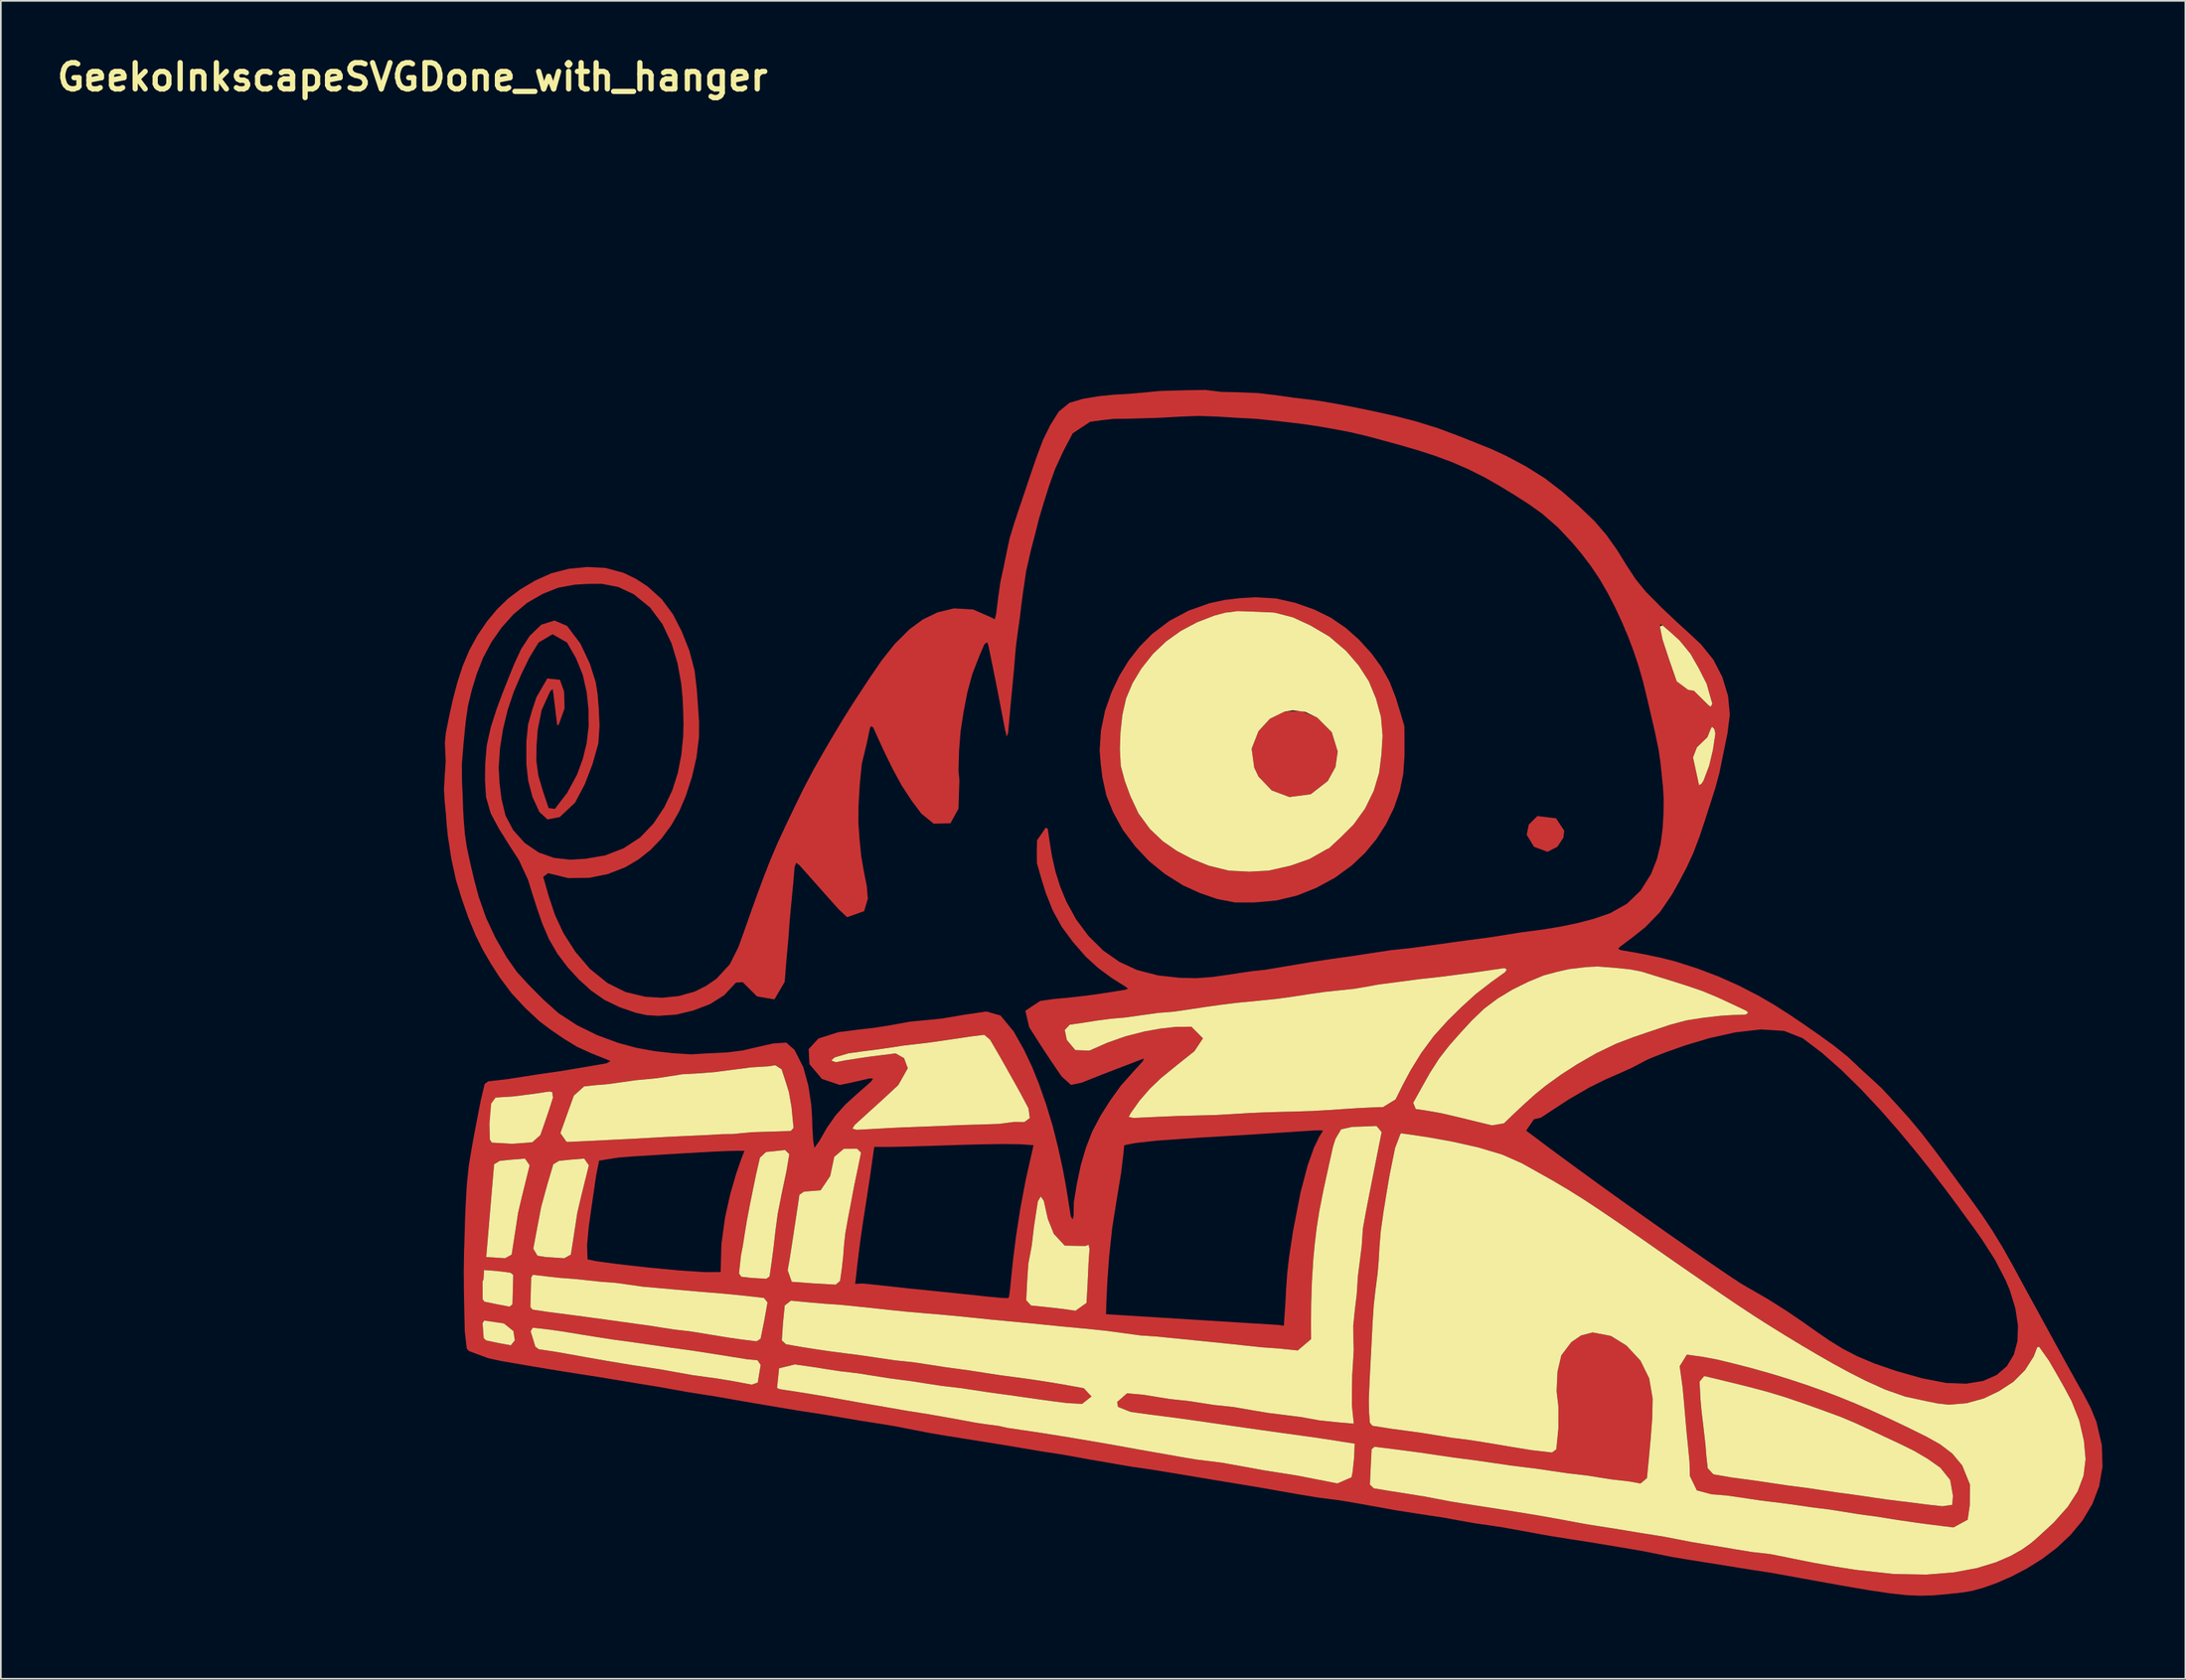
<source format=kicad_pcb>
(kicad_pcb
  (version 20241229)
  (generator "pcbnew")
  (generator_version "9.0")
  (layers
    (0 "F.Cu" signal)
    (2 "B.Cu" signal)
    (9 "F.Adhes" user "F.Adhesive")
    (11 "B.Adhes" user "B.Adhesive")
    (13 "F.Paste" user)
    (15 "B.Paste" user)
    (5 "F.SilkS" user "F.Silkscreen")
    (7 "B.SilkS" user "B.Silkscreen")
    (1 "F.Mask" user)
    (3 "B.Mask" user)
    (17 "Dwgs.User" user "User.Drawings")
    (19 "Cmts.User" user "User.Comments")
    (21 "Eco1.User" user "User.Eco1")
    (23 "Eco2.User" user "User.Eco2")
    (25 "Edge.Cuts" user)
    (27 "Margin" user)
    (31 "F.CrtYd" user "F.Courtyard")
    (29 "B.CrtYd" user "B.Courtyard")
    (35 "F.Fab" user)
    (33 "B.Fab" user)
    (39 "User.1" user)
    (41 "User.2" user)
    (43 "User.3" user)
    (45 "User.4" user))
  (footprint "GeekoInkscapeSVGDone_with_hanger"
    (layer "F.Cu")
    (at 20.915 4.474)
    (property "Reference" "GeekoInkscapeSVGDone_with_hanger" (at 0 -3.048 0) (layer "F.SilkS") (effects (font (size 1.524 1.524) (thickness 0.305))))
    (attr exclude_from_pos_files exclude_from_bom)
    (fp_poly (pts (xy 65.943 41.975) (xy 65.158 41.685) (xy 64.731 40.982) (xy 64.856 40.388) (xy 65.352 39.897) (xy 66.437 40.029) (xy 66.913 40.751) (xy 66.862 41.152) (xy 66.52 41.677) (xy 65.943 41.975)) (stroke (width 0) (type solid)) (fill yes) (layer "F.Cu"))
    (fp_poly (pts (xy 48.902 37.083) (xy 48.752 35.983) (xy 49.151 34.963) (xy 49.81 34.247) (xy 50.659 33.83) (xy 51.63 33.785) (xy 52.562 34.179) (xy 53.406 35.024) (xy 53.752 36.144) (xy 53.622 37.047) (xy 53.176 37.859) (xy 52.185 38.63) (xy 50.949 38.793) (xy 49.918 38.407) (xy 49.152 37.605) (xy 48.902 37.083)) (stroke (width 0) (type solid)) (fill yes) (layer "F.Cu"))
    (fp_poly (pts (xy 74.038 71.193) (xy 74.916 71.314) (xy 75.777 71.474) (xy 76.814 71.726) (xy 77.847 71.994) (xy 78.874 72.283) (xy 79.896 72.595) (xy 80.912 72.929) (xy 81.92 73.285) (xy 82.858 73.641) (xy 83.788 74.019) (xy 84.709 74.417) (xy 85.81 74.919) (xy 86.903 75.438) (xy 87.986 75.976) (xy 88.758 76.41) (xy 89.457 76.944) (xy 90.033 77.632) (xy 90.485 78.744) (xy 90.475 79.941) (xy 90.351 80.786) (xy 89.528 81.235) (xy 88.951 81.164) (xy 88.886 81.156) (xy 88.886 80.004) (xy 89.455 79.922) (xy 89.495 79.395) (xy 89.336 78.48) (xy 88.765 77.768) (xy 88.023 77.245) (xy 87.241 76.787) (xy 86.362 76.354) (xy 85.466 75.936) (xy 84.557 75.508) (xy 83.78 75.152) (xy 82.994 74.821) (xy 81.926 74.427) (xy 80.853 74.045) (xy 79.775 73.677) (xy 78.748 73.365) (xy 77.711 73.087) (xy 76.441 72.773) (xy 75.169 72.467) (xy 74.776 72.765) (xy 74.832 73.838) (xy 74.89 74.477) (xy 75.006 75.454) (xy 75.118 76.431) (xy 75.173 77.115) (xy 75.249 77.794) (xy 75.574 78.149) (xy 76.653 78.335) (xy 77.309 78.422) (xy 77.966 78.51) (xy 78.93 78.653) (xy 79.895 78.796) (xy 80.936 78.93) (xy 81.847 79.065) (xy 82.757 79.201) (xy 84.041 79.375) (xy 84.816 79.491) (xy 85.591 79.604) (xy 86.305 79.694) (xy 87.019 79.779) (xy 87.952 79.901) (xy 88.886 80.004) (xy 88.886 81.156) (xy 88.252 81.077) (xy 87.554 80.986) (xy 86.383 80.817) (xy 85.708 80.708) (xy 85.031 80.601) (xy 84.047 80.47) (xy 83.181 80.332) (xy 82.316 80.194) (xy 81.301 80.067) (xy 80.498 79.951) (xy 79.694 79.838) (xy 78.98 79.751) (xy 78.267 79.662) (xy 77.302 79.518) (xy 76.337 79.378) (xy 75.469 79.311) (xy 74.614 79.08) (xy 74.211 78.243) (xy 74.193 77.455) (xy 74.111 76.596) (xy 74.024 75.738) (xy 73.947 74.856) (xy 73.871 73.975) (xy 73.789 73.094) (xy 73.619 71.867) (xy 74.038 71.193) (xy 74.038 71.193)) (stroke (width 0) (type solid)) (fill yes) (layer "F.Cu"))
    (fp_poly (pts (xy 43.708 43.259) (xy 42.788 42.512) (xy 41.987 41.659) (xy 41.277 40.712) (xy 40.706 39.677) (xy 40.312 38.707) (xy 40.086 37.683) (xy 39.985 36.882) (xy 39.922 36.081) (xy 39.998 34.92) (xy 40.232 33.788) (xy 40.62 32.68) (xy 41.07 31.741) (xy 41.605 30.867) (xy 42.233 30.06) (xy 42.961 29.324) (xy 43.98 28.551) (xy 45.099 27.957) (xy 46.315 27.527) (xy 47.187 27.339) (xy 48.062 27.236) (xy 48.947 27.184) (xy 50.146 27.249) (xy 51.297 27.509) (xy 52.415 27.907) (xy 53.365 28.377) (xy 54.224 28.967) (xy 55.005 29.663) (xy 55.716 30.448) (xy 56.295 31.242) (xy 56.767 32.094) (xy 57.123 33.011) (xy 57.381 33.842) (xy 57.626 34.677) (xy 57.632 35.137) (xy 57.632 36.417) (xy 57.559 37.456) (xy 57.353 38.458) (xy 57.019 39.426) (xy 56.562 40.36) (xy 55.997 41.243) (xy 55.335 42.045) (xy 54.57 42.765) (xy 53.583 43.486) (xy 52.511 44.068) (xy 51.389 44.516) (xy 50.217 44.798) (xy 49.55 44.865) (xy 48.881 44.919) (xy 48.62 44.919) (xy 48.62 43.128) (xy 49.75 43.066) (xy 51.014 42.78) (xy 52.116 42.392) (xy 53.159 41.802) (xy 53.159 41.802) (xy 53.236 41.78) (xy 53.966 41.097) (xy 54.672 40.391) (xy 55.342 39.463) (xy 55.846 38.429) (xy 56.158 37.383) (xy 56.293 36.311) (xy 56.36 35.228) (xy 56.266 34.138) (xy 55.979 33.079) (xy 55.557 32.058) (xy 54.965 31.143) (xy 54.247 30.306) (xy 53.266 29.467) (xy 52.153 28.814) (xy 51.141 28.348) (xy 50.068 28.072) (xy 49.23 28.033) (xy 48.391 28.002) (xy 47.47 28.037) (xy 46.585 28.249) (xy 45.575 28.639) (xy 44.64 29.137) (xy 43.785 29.748) (xy 43.017 30.477) (xy 42.342 31.33) (xy 41.837 32.166) (xy 41.459 33.059) (xy 41.241 34.017) (xy 41.13 35.036) (xy 41.096 36.011) (xy 41.147 36.976) (xy 41.384 37.86) (xy 41.704 38.73) (xy 42.18 39.748) (xy 42.843 40.65) (xy 43.584 41.355) (xy 44.413 41.929) (xy 45.309 42.395) (xy 46.255 42.779) (xy 47.419 43.068) (xy 48.62 43.128) (xy 48.62 44.919) (xy 47.795 44.918) (xy 46.757 44.72) (xy 45.755 44.374) (xy 44.778 43.931) (xy 43.708 43.259) (xy 43.708 43.259)) (stroke (width 0) (type solid)) (fill yes) (layer "F.Cu"))
    (fp_poly (pts (xy 46.031 15.137) (xy 45.093 15.151) (xy 45.054 15.143) (xy 45.054 15.144) (xy 45.054 15.144) (xy 45.053 15.144) (xy 45.052 15.144) (xy 45.05 15.147) (xy 45.049 15.151) (xy 45.049 15.151) (xy 44.209 15.172) (xy 43.37 15.2) (xy 42.511 15.285) (xy 41.652 15.361) (xy 40.743 15.411) (xy 39.84 15.505) (xy 38.944 15.655) (xy 38.166 15.885) (xy 37.552 16.388) (xy 37.05 17.186) (xy 36.636 18.027) (xy 36.257 19.034) (xy 35.907 20.052) (xy 35.565 21.074) (xy 35.263 21.96) (xy 34.969 22.849) (xy 34.694 23.743) (xy 34.521 24.566) (xy 34.351 25.392) (xy 34.153 26.305) (xy 34.023 27.227) (xy 33.908 28.152) (xy 33.828 28.464) (xy 33.571 28.331) (xy 32.561 27.892) (xy 31.457 27.83) (xy 30.509 28.059) (xy 29.651 28.473) (xy 28.874 29.043) (xy 28.017 29.897) (xy 27.265 30.842) (xy 26.581 31.841) (xy 26.073 32.611) (xy 25.569 33.383) (xy 25.078 34.163) (xy 24.471 35.169) (xy 23.876 36.183) (xy 23.296 37.205) (xy 22.71 38.316) (xy 22.159 39.446) (xy 21.688 40.434) (xy 21.227 41.426) (xy 20.798 42.431) (xy 20.407 43.431) (xy 20.033 44.438) (xy 19.669 45.449) (xy 19.312 46.462) (xy 18.93 47.524) (xy 18.431 48.515) (xy 17.664 49.348) (xy 17.052 49.77) (xy 16.392 50.099) (xy 15.461 50.359) (xy 14.505 50.455) (xy 13.534 50.4) (xy 12.384 50.125) (xy 11.327 49.6) (xy 10.31 48.778) (xy 9.47 47.796) (xy 8.767 46.696) (xy 8.278 45.644) (xy 7.913 44.546) (xy 7.594 43.431) (xy 7.876 43.215) (xy 9.048 43.503) (xy 10.261 43.487) (xy 11.349 43.267) (xy 12.374 42.867) (xy 13.14 42.411) (xy 13.834 41.86) (xy 14.459 41.211) (xy 15.032 40.439) (xy 15.5 39.613) (xy 15.875 38.735) (xy 16.236 37.625) (xy 16.498 36.492) (xy 16.642 35.334) (xy 16.649 34.439) (xy 16.589 33.542) (xy 16.512 32.491) (xy 16.389 31.44) (xy 16.083 30.278) (xy 15.644 29.173) (xy 15.137 28.18) (xy 14.48 27.295) (xy 13.65 26.548) (xy 12.984 26.116) (xy 12.273 25.767) (xy 11.222 25.48) (xy 10.148 25.423) (xy 9.064 25.531) (xy 8.066 25.79) (xy 7.132 26.208) (xy 6.248 26.735) (xy 5.539 27.271) (xy 4.904 27.89) (xy 4.334 28.577) (xy 3.775 29.394) (xy 3.303 30.257) (xy 2.919 31.167) (xy 2.608 32.123) (xy 2.353 33.094) (xy 2.135 34.074) (xy 1.938 35.06) (xy 1.882 35.641) (xy 1.93 36.724) (xy 1.874 37.537) (xy 1.828 38.35) (xy 1.867 39.018) (xy 1.935 39.687) (xy 1.984 40.386) (xy 2.057 41.081) (xy 2.254 42.364) (xy 2.529 43.627) (xy 2.86 44.708) (xy 3.235 45.775) (xy 3.663 46.82) (xy 4.079 47.661) (xy 4.554 48.475) (xy 5.062 49.268) (xy 5.747 50.183) (xy 6.522 51.022) (xy 7.356 51.806) (xy 8.015 52.304) (xy 8.777 52.827) (xy 9.563 53.307) (xy 10.41 53.691) (xy 11.278 54.038) (xy 11.506 54.134) (xy 11.273 54.264) (xy 10.366 54.423) (xy 9.458 54.577) (xy 8.55 54.728) (xy 7.268 54.911) (xy 6.374 55.052) (xy 5.48 55.19) (xy 4.403 55.313) (xy 4.194 55.461) (xy 3.957 56.46) (xy 3.718 57.7) (xy 3.484 58.941) (xy 3.273 60.186) (xy 3.157 61.3) (xy 3.093 62.421) (xy 3.056 63.246) (xy 3.033 64.071) (xy 2.996 65.213) (xy 2.978 66.356) (xy 2.988 67.512) (xy 3.009 68.668) (xy 3.037 69.824) (xy 3.153 70.843) (xy 3.275 70.984) (xy 4.4 71.402) (xy 5.158 71.565) (xy 5.711 71.66) (xy 5.711 70.652) (xy 4.991 70.52) (xy 4.274 70.366) (xy 4.136 70.233) (xy 4.07 69.364) (xy 4.161 69.216) (xy 4.161 69.216) (xy 4.226 69.223) (xy 5.311 69.38) (xy 5.635 69.641) (xy 5.635 68.407) (xy 4.903 68.265) (xy 4.173 68.115) (xy 4.076 67.973) (xy 4.071 66.937) (xy 4.127 66.817) (xy 4.152 66.279) (xy 4.152 66.279) (xy 4.873 66.332) (xy 5.381 66.394) (xy 5.381 65.593) (xy 4.283 65.521) (xy 4.741 60.131) (xy 5.073 59.932) (xy 5.754 59.864) (xy 5.769 59.863) (xy 5.769 58.942) (xy 4.607 58.874) (xy 4.494 58.693) (xy 4.47 57.823) (xy 4.722 56.528) (xy 4.829 56.255) (xy 5.877 56.189) (xy 6.14 56.155) (xy 7.333 55.999) (xy 7.819 55.921) (xy 7.99 55.907) (xy 7.99 55.907) (xy 8.119 55.942) (xy 8.161 56.26) (xy 7.925 56.998) (xy 7.676 57.732) (xy 7.429 58.434) (xy 6.957 58.857) (xy 5.769 58.942) (xy 5.769 59.863) (xy 6.437 59.808) (xy 6.539 59.805) (xy 6.539 59.805) (xy 6.806 60.19) (xy 6.58 61.106) (xy 6.354 62.021) (xy 6.137 62.939) (xy 5.942 64.214) (xy 5.761 65.38) (xy 5.381 65.593) (xy 5.381 66.394) (xy 5.679 66.43) (xy 5.853 66.56) (xy 5.83 67.416) (xy 5.808 68.273) (xy 5.635 68.407) (xy 5.635 69.641) (xy 5.861 69.823) (xy 5.946 70.364) (xy 5.711 70.652) (xy 5.711 71.66) (xy 5.923 71.697) (xy 6.84 71.854) (xy 7.758 72.008) (xy 8.676 72.159) (xy 9.787 72.334) (xy 10.898 72.507) (xy 11.937 72.679) (xy 12.977 72.852) (xy 13.707 72.97) (xy 14.437 73.091) (xy 15.215 73.231) (xy 15.994 73.371) (xy 16.739 73.488) (xy 17.485 73.604) (xy 18.306 73.747) (xy 19.126 73.891) (xy 19.713 73.992) (xy 19.713 72.939) (xy 18.649 72.739) (xy 17.606 72.566) (xy 16.95 72.479) (xy 16.294 72.389) (xy 15.368 72.224) (xy 14.442 72.058) (xy 13.642 71.934) (xy 12.841 71.813) (xy 12.099 71.692) (xy 11.357 71.567) (xy 10.12 71.352) (xy 9.194 71.184) (xy 8.267 71.02) (xy 7.341 70.885) (xy 7.137 70.73) (xy 6.864 69.835) (xy 6.983 69.631) (xy 6.983 69.631) (xy 6.984 69.631) (xy 6.987 69.631) (xy 7.714 69.71) (xy 8.44 69.807) (xy 9.116 69.913) (xy 9.791 70.025) (xy 10.697 70.171) (xy 11.604 70.312) (xy 12.887 70.487) (xy 13.895 70.631) (xy 14.902 70.774) (xy 15.734 70.888) (xy 16.566 71.007) (xy 17.531 71.159) (xy 18.496 71.313) (xy 19.46 71.466) (xy 19.992 71.516) (xy 19.992 70.42) (xy 19.144 70.317) (xy 18.298 70.196) (xy 17.259 70.025) (xy 16.22 69.854) (xy 15.201 69.734) (xy 14.47 69.623) (xy 13.739 69.505) (xy 12.913 69.393) (xy 12.129 69.281) (xy 10.82 69.102) (xy 9.959 68.986) (xy 9.098 68.871) (xy 8.428 68.784) (xy 7.757 68.696) (xy 6.969 68.576) (xy 6.847 68.426) (xy 6.872 67.568) (xy 6.895 66.71) (xy 7.017 66.558) (xy 7.017 66.558) (xy 7.057 66.561) (xy 7.8 66.65) (xy 8.544 66.732) (xy 8.82 66.753) (xy 8.82 65.593) (xy 7.722 65.521) (xy 7.263 65.448) (xy 7.018 65.04) (xy 7.245 63.824) (xy 7.477 62.608) (xy 7.821 61.346) (xy 8.181 60.131) (xy 8.513 59.932) (xy 9.179 59.865) (xy 9.179 58.828) (xy 8.948 58.828) (xy 8.592 58.318) (xy 8.979 57.239) (xy 9.366 56.159) (xy 9.367 56.157) (xy 9.38 56.141) (xy 9.38 56.14) (xy 9.38 56.139) (xy 9.38 56.138) (xy 9.381 56.137) (xy 9.381 56.136) (xy 9.38 56.136) (xy 9.971 55.606) (xy 10.651 55.532) (xy 11.334 55.476) (xy 12.165 55.361) (xy 12.995 55.244) (xy 14.201 55.13) (xy 15.501 54.929) (xy 15.634 54.903) (xy 16.562 54.851) (xy 17.489 54.782) (xy 18.57 54.646) (xy 19.649 54.502) (xy 20.692 54.439) (xy 21.015 54.385) (xy 21.085 54.38) (xy 21.085 54.381) (xy 21.445 54.616) (xy 21.662 55.276) (xy 21.868 55.939) (xy 22.018 56.8) (xy 22.138 58.021) (xy 21.974 58.199) (xy 20.779 58.235) (xy 19.695 58.269) (xy 18.622 58.374) (xy 17.957 58.383) (xy 17.291 58.424) (xy 16.045 58.48) (xy 14.8 58.54) (xy 13.756 58.596) (xy 12.713 58.654) (xy 11.54 58.713) (xy 10.367 58.77) (xy 9.179 58.828) (xy 9.179 59.865) (xy 9.194 59.864) (xy 9.876 59.807) (xy 9.978 59.805) (xy 9.978 59.805) (xy 10.246 60.19) (xy 10.02 61.106) (xy 9.793 62.021) (xy 9.577 62.939) (xy 9.382 64.214) (xy 9.2 65.38) (xy 8.82 65.593) (xy 8.82 66.753) (xy 9.384 66.794) (xy 10.185 66.879) (xy 10.986 66.964) (xy 11.837 67.026) (xy 12.612 67.136) (xy 13.388 67.248) (xy 14.14 67.312) (xy 15.433 67.428) (xy 16.727 67.542) (xy 16.958 67.561) (xy 16.958 66.4) (xy 15.424 66.296) (xy 13.64 66.127) (xy 11.944 65.935) (xy 10.674 65.764) (xy 10.169 65.656) (xy 10.143 64.819) (xy 10.239 63.778) (xy 10.392 62.686) (xy 10.536 61.699) (xy 10.668 60.78) (xy 10.843 59.921) (xy 10.844 59.92) (xy 11.956 59.743) (xy 12.987 59.663) (xy 15.673 59.5) (xy 17.397 59.403) (xy 18.409 59.358) (xy 18.955 59.347) (xy 19.284 59.353) (xy 19.284 59.353) (xy 19.099 59.832) (xy 18.803 60.686) (xy 18.466 61.842) (xy 18.158 63.228) (xy 17.947 64.77) (xy 17.903 66.395) (xy 16.958 66.4) (xy 16.958 67.561) (xy 17.439 67.6) (xy 18.151 67.66) (xy 19.286 67.771) (xy 20.419 67.9) (xy 20.554 68.07) (xy 20.554 66.786) (xy 19.684 66.735) (xy 19.104 66.669) (xy 18.969 66.478) (xy 19.084 65.432) (xy 19.192 64.872) (xy 19.306 64.14) (xy 19.426 63.41) (xy 19.593 62.529) (xy 19.771 61.65) (xy 19.967 60.695) (xy 20.187 59.745) (xy 20.541 59.418) (xy 21.644 59.302) (xy 21.892 59.543) (xy 21.725 60.537) (xy 21.463 61.771) (xy 21.219 63.008) (xy 21.089 63.967) (xy 20.981 64.929) (xy 20.869 65.791) (xy 20.744 66.65) (xy 20.554 66.786) (xy 20.554 68.07) (xy 20.625 68.16) (xy 20.437 69.218) (xy 20.223 70.272) (xy 19.992 70.42) (xy 19.992 71.516) (xy 20.042 71.521) (xy 20.229 71.789) (xy 20.059 72.814) (xy 19.713 72.939) (xy 19.713 73.992) (xy 19.948 74.032) (xy 20.771 74.17) (xy 21.661 74.321) (xy 22.552 74.468) (xy 23.311 74.584) (xy 24.071 74.702) (xy 25.082 74.873) (xy 26.093 75.045) (xy 27.014 75.188) (xy 27.935 75.338) (xy 28.963 75.536) (xy 29.99 75.737) (xy 30.867 75.887) (xy 31.746 76.027) (xy 32.653 76.172) (xy 33.56 76.316) (xy 34.236 76.426) (xy 34.911 76.538) (xy 35.787 76.687) (xy 36.663 76.834) (xy 37.804 77.008) (xy 38.596 77.151) (xy 39.387 77.296) (xy 40.331 77.456) (xy 41.03 77.579) (xy 41.73 77.699) (xy 43.01 77.885) (xy 44.199 78.08) (xy 45.386 78.278) (xy 46.682 78.495) (xy 47.951 78.704) (xy 49.221 78.914) (xy 50.43 79.129) (xy 51.48 79.312) (xy 52.532 79.488) (xy 53.217 79.577) (xy 53.734 79.644) (xy 53.734 78.679) (xy 52.574 78.451) (xy 51.413 78.224) (xy 50.478 78.075) (xy 49.543 77.93) (xy 48.282 77.7) (xy 47.021 77.474) (xy 46.293 77.382) (xy 45.564 77.294) (xy 44.675 77.146) (xy 43.788 76.987) (xy 43.021 76.854) (xy 42.254 76.719) (xy 41.475 76.577) (xy 40.697 76.437) (xy 39.674 76.259) (xy 38.65 76.085) (xy 37.583 75.91) (xy 36.514 75.74) (xy 35.535 75.594) (xy 34.557 75.449) (xy 34.055 75.335) (xy 33.364 75.245) (xy 32.717 75.15) (xy 31.539 74.931) (xy 30.719 74.784) (xy 29.898 74.642) (xy 28.787 74.468) (xy 27.684 74.275) (xy 26.903 74.141) (xy 26.122 74.006) (xy 25.047 73.814) (xy 23.973 73.622) (xy 23.217 73.495) (xy 22.46 73.373) (xy 21.32 73.198) (xy 21.177 73.13) (xy 21.298 71.986) (xy 22.212 71.764) (xy 23.382 71.93) (xy 24.1 72.045) (xy 24.817 72.155) (xy 25.864 72.278) (xy 26.757 72.42) (xy 27.65 72.562) (xy 28.321 72.651) (xy 28.991 72.739) (xy 29.872 72.876) (xy 30.753 73.012) (xy 31.883 73.143) (xy 32.588 73.25) (xy 33.293 73.359) (xy 33.976 73.454) (xy 34.659 73.546) (xy 35.462 73.661) (xy 36.265 73.776) (xy 37.126 73.895) (xy 37.988 74.004) (xy 38.897 74.059) (xy 39.447 73.625) (xy 38.999 73.145) (xy 37.71 72.912) (xy 36.803 72.763) (xy 35.895 72.624) (xy 35.02 72.506) (xy 34.145 72.389) (xy 33.237 72.25) (xy 32.328 72.109) (xy 31.659 72.018) (xy 30.989 71.928) (xy 30.068 71.784) (xy 29.146 71.643) (xy 28.011 71.523) (xy 27.046 71.381) (xy 26.082 71.238) (xy 25.178 71.121) (xy 24.273 71.004) (xy 23.472 70.886) (xy 22.672 70.761) (xy 21.701 70.593) (xy 21.456 70.369) (xy 21.525 69.351) (xy 21.627 68.335) (xy 21.984 68.059) (xy 22.957 68.151) (xy 23.931 68.235) (xy 24.586 68.278) (xy 24.586 67.128) (xy 23.309 67.055) (xy 22.034 66.962) (xy 21.796 66.291) (xy 21.916 65.618) (xy 22.021 64.942) (xy 22.195 63.803) (xy 22.367 62.663) (xy 22.477 61.903) (xy 22.745 61.719) (xy 23.709 61.646) (xy 24.267 60.815) (xy 24.503 59.701) (xy 25.055 59.232) (xy 25.813 59.229) (xy 25.813 58.131) (xy 25.555 58.062) (xy 25.694 57.843) (xy 26.539 57.075) (xy 27.384 56.307) (xy 28.221 55.531) (xy 28.775 54.552) (xy 28.558 53.965) (xy 28.069 53.689) (xy 27.355 53.777) (xy 26.642 53.865) (xy 25.881 53.976) (xy 25.122 54.096) (xy 24.593 54.203) (xy 24.33 54.106) (xy 24.516 53.926) (xy 25.335 53.683) (xy 26.186 53.565) (xy 27.37 53.41) (xy 28.553 53.231) (xy 29.31 53.143) (xy 30.066 53.054) (xy 31.235 52.884) (xy 32.403 52.71) (xy 33.22 52.61) (xy 33.22 52.61) (xy 33.558 52.897) (xy 34.152 53.918) (xy 34.732 54.947) (xy 35.268 55.907) (xy 35.785 56.877) (xy 35.864 57.445) (xy 35.555 57.675) (xy 34.92 57.673) (xy 34.063 57.786) (xy 33.075 57.818) (xy 32.087 57.847) (xy 31.416 57.874) (xy 30.746 57.903) (xy 29.979 57.933) (xy 29.212 57.962) (xy 28.498 57.989) (xy 27.784 58.021) (xy 26.799 58.077) (xy 25.813 58.131) (xy 25.813 59.229) (xy 25.834 59.228) (xy 25.834 59.229) (xy 26.059 59.458) (xy 25.86 60.427) (xy 25.657 61.396) (xy 25.481 62.335) (xy 25.306 63.249) (xy 25.144 64.152) (xy 25.072 64.817) (xy 25.021 65.487) (xy 24.941 66.201) (xy 24.839 66.912) (xy 24.586 67.128) (xy 24.586 68.278) (xy 24.831 68.295) (xy 25.937 68.407) (xy 27.043 68.524) (xy 27.858 68.613) (xy 28.674 68.696) (xy 29.575 68.774) (xy 30.476 68.85) (xy 31.377 68.93) (xy 32.498 69.042) (xy 33.619 69.158) (xy 34.55 69.246) (xy 34.587 69.249) (xy 34.587 67.908) (xy 34.229 67.9) (xy 33.307 67.81) (xy 31.544 67.624) (xy 28.664 67.329) (xy 27.163 67.165) (xy 26.157 67.06) (xy 25.719 67.081) (xy 25.714 67.129) (xy 25.719 67.081) (xy 25.874 65.71) (xy 26.007 64.649) (xy 26.133 63.76) (xy 26.265 62.903) (xy 26.415 61.938) (xy 26.598 60.724) (xy 26.825 59.124) (xy 27.778 59.124) (xy 28.955 59.098) (xy 30.274 59.057) (xy 31.651 59.012) (xy 33.003 58.974) (xy 34.247 58.956) (xy 35.301 58.968) (xy 36.081 59.023) (xy 35.637 60.984) (xy 35.304 62.755) (xy 35.064 64.309) (xy 34.898 65.622) (xy 34.787 66.666) (xy 34.713 67.416) (xy 34.657 67.846) (xy 34.587 67.908) (xy 34.587 69.249) (xy 35.481 69.333) (xy 36.63 69.447) (xy 37.78 69.562) (xy 38.519 69.631) (xy 38.519 68.643) (xy 37.851 68.547) (xy 37.18 68.468) (xy 35.933 68.337) (xy 35.656 68.033) (xy 35.707 66.97) (xy 35.779 65.908) (xy 35.977 64.858) (xy 36.106 63.757) (xy 36.291 62.537) (xy 36.338 62.269) (xy 36.5 62.002) (xy 36.5 62.002) (xy 36.675 62.253) (xy 36.912 63.308) (xy 37.257 64.174) (xy 37.891 64.857) (xy 38.352 64.866) (xy 38.352 63.329) (xy 38.243 63.159) (xy 38.065 62.02) (xy 37.929 61.198) (xy 37.774 60.38) (xy 37.502 59.139) (xy 37.193 57.908) (xy 36.821 56.679) (xy 36.398 55.467) (xy 35.988 54.453) (xy 35.518 53.466) (xy 34.929 52.418) (xy 34.162 51.487) (xy 33.345 51.255) (xy 32.064 51.442) (xy 30.771 51.662) (xy 30.134 51.726) (xy 28.9 51.846) (xy 27.679 52.068) (xy 26.807 52.203) (xy 25.929 52.304) (xy 24.728 52.459) (xy 23.578 52.828) (xy 23.015 53.441) (xy 23.063 54.313) (xy 23.784 55.172) (xy 24.825 55.524) (xy 25.562 55.372) (xy 26.59 55.136) (xy 26.752 55.16) (xy 26.653 55.318) (xy 25.9 55.978) (xy 25.159 56.65) (xy 24.571 57.303) (xy 24.071 58.022) (xy 23.634 58.786) (xy 23.351 59.174) (xy 23.283 58.789) (xy 23.234 58.077) (xy 23.215 57.381) (xy 23.169 56.688) (xy 23 55.575) (xy 22.706 54.497) (xy 22.195 53.486) (xy 21.716 53.063) (xy 20.948 53.113) (xy 20.063 53.314) (xy 19.179 53.519) (xy 18.277 53.634) (xy 17.06 53.692) (xy 16.189 53.744) (xy 15.118 53.677) (xy 14.057 53.556) (xy 13.005 53.364) (xy 11.964 53.083) (xy 10.733 52.63) (xy 9.565 52.057) (xy 8.474 51.345) (xy 7.605 50.565) (xy 6.776 49.732) (xy 6.062 48.951) (xy 5.456 48.084) (xy 4.817 46.968) (xy 4.273 45.807) (xy 3.849 44.595) (xy 3.593 43.64) (xy 3.365 42.677) (xy 3.156 41.709) (xy 3.044 40.942) (xy 2.979 40.166) (xy 2.94 39.481) (xy 2.918 38.795) (xy 2.874 37.825) (xy 2.869 36.857) (xy 2.968 35.649) (xy 3.088 34.441) (xy 3.223 33.491) (xy 3.448 32.562) (xy 3.729 31.647) (xy 4.103 30.694) (xy 4.583 29.796) (xy 5.169 28.953) (xy 5.864 28.174) (xy 6.655 27.514) (xy 7.552 26.992) (xy 8.464 26.629) (xy 9.434 26.45) (xy 10.216 26.406) (xy 10.997 26.401) (xy 11.959 26.587) (xy 12.849 27.006) (xy 13.805 27.78) (xy 14.519 28.744) (xy 15.047 29.859) (xy 15.393 30.999) (xy 15.607 32.164) (xy 15.688 32.979) (xy 15.726 33.799) (xy 15.745 34.545) (xy 15.725 35.29) (xy 15.616 36.352) (xy 15.415 37.39) (xy 15.096 38.397) (xy 14.637 39.368) (xy 13.999 40.333) (xy 13.215 41.151) (xy 12.249 41.777) (xy 11.181 42.187) (xy 10.047 42.379) (xy 9.176 42.433) (xy 8.214 42.327) (xy 7.327 42.011) (xy 6.519 41.459) (xy 5.852 40.717) (xy 5.403 39.867) (xy 5.171 38.904) (xy 5.057 37.988) (xy 5.007 37.072) (xy 5.085 35.942) (xy 5.264 34.824) (xy 5.533 33.718) (xy 5.883 32.677) (xy 6.314 31.672) (xy 6.792 30.688) (xy 7.324 29.814) (xy 8.136 29.331) (xy 8.975 29.81) (xy 9.5 30.725) (xy 9.891 31.689) (xy 10.122 32.711) (xy 10.224 33.69) (xy 10.233 34.671) (xy 10.122 35.639) (xy 9.893 36.584) (xy 9.553 37.502) (xy 8.989 38.542) (xy 8.27 39.481) (xy 7.91 39.433) (xy 7.592 38.495) (xy 7.312 37.547) (xy 7.192 36.661) (xy 7.208 35.768) (xy 7.275 34.881) (xy 7.504 33.735) (xy 7.998 32.651) (xy 8.138 32.512) (xy 8.169 32.666) (xy 8.285 33.614) (xy 8.4 34.562) (xy 8.423 34.639) (xy 8.503 34.568) (xy 8.835 33.642) (xy 8.808 32.661) (xy 8.567 31.983) (xy 7.831 31.901) (xy 7.2 32.994) (xy 6.939 33.782) (xy 6.714 34.581) (xy 6.615 35.578) (xy 6.615 36.886) (xy 6.724 37.85) (xy 6.968 38.778) (xy 7.37 39.659) (xy 7.845 40.096) (xy 8.552 39.955) (xy 9.443 39.121) (xy 10.007 38.054) (xy 10.46 36.878) (xy 10.798 35.674) (xy 10.867 34.642) (xy 10.817 33.592) (xy 10.757 32.846) (xy 10.642 32.107) (xy 10.302 31.038) (xy 9.753 29.873) (xy 8.977 28.845) (xy 8.25 28.535) (xy 7.481 28.778) (xy 6.809 29.43) (xy 6.308 30.199) (xy 5.918 31.042) (xy 5.56 31.923) (xy 5.211 32.808) (xy 4.88 33.699) (xy 4.55 34.73) (xy 4.315 35.782) (xy 4.224 36.852) (xy 4.212 37.825) (xy 4.273 38.797) (xy 4.543 39.738) (xy 4.998 40.591) (xy 5.51 41.415) (xy 6.186 42.466) (xy 6.713 43.602) (xy 6.975 44.454) (xy 7.249 45.303) (xy 7.54 46.145) (xy 7.927 47.048) (xy 8.418 47.894) (xy 9.013 48.681) (xy 9.658 49.385) (xy 10.36 50.023) (xy 11.14 50.574) (xy 12.031 51.002) (xy 12.964 51.327) (xy 13.618 51.468) (xy 14.288 51.507) (xy 15.325 51.434) (xy 16.32 51.195) (xy 17.281 50.827) (xy 18.112 50.304) (xy 18.787 49.578) (xy 19.182 49.547) (xy 20.017 50.377) (xy 21.029 50.55) (xy 21.623 49.533) (xy 21.728 48.224) (xy 21.847 46.915) (xy 21.907 46.045) (xy 22.021 44.837) (xy 22.136 43.629) (xy 22.199 42.846) (xy 22.298 42.61) (xy 22.488 42.762) (xy 23.244 43.612) (xy 23.999 44.463) (xy 24.757 45.313) (xy 25.253 45.774) (xy 26.239 45.423) (xy 26.453 44.699) (xy 26.391 43.957) (xy 26.222 43.103) (xy 26.071 42.248) (xy 25.974 41.273) (xy 25.905 40.295) (xy 25.912 39.322) (xy 25.981 38.093) (xy 26.103 36.867) (xy 26.393 35.662) (xy 26.583 34.759) (xy 26.639 34.682) (xy 26.64 34.682) (xy 26.641 34.682) (xy 26.642 34.682) (xy 26.642 34.682) (xy 26.762 34.744) (xy 27.103 35.498) (xy 27.449 36.249) (xy 27.917 37.197) (xy 28.423 38.125) (xy 29.004 39.01) (xy 29.561 39.755) (xy 30.284 40.342) (xy 31.254 40.318) (xy 31.72 39.471) (xy 31.746 38.641) (xy 31.772 37.811) (xy 31.722 37.259) (xy 31.753 36.096) (xy 31.846 34.942) (xy 32.021 33.821) (xy 32.236 32.708) (xy 32.532 31.616) (xy 32.95 30.554) (xy 33.223 29.917) (xy 33.381 29.797) (xy 33.448 29.948) (xy 33.708 31.211) (xy 33.963 32.476) (xy 34.198 33.692) (xy 34.431 34.908) (xy 34.487 35.115) (xy 34.515 35.277) (xy 34.6 35.087) (xy 34.661 34.419) (xy 34.72 33.75) (xy 34.835 32.543) (xy 34.949 31.335) (xy 35.005 30.637) (xy 35.068 29.941) (xy 35.178 29.122) (xy 35.295 28.304) (xy 35.378 27.589) (xy 35.473 26.876) (xy 35.652 25.664) (xy 35.923 24.467) (xy 36.166 23.542) (xy 36.398 22.613) (xy 36.687 21.647) (xy 36.991 20.686) (xy 37.33 19.739) (xy 37.815 18.685) (xy 38.358 17.654) (xy 39.368 16.987) (xy 40.067 16.89) (xy 40.768 16.814) (xy 41.413 16.81) (xy 42.454 16.784) (xy 43.496 16.75) (xy 44.583 16.687) (xy 45.67 16.646) (xy 45.67 16.646) (xy 46.771 16.685) (xy 47.872 16.753) (xy 49.002 16.813) (xy 50.314 16.949) (xy 51.624 17.103) (xy 52.533 17.234) (xy 53.438 17.391) (xy 54.412 17.575) (xy 55.376 17.798) (xy 56.387 18.07) (xy 57.397 18.346) (xy 58.402 18.64) (xy 59.397 18.961) (xy 60.379 19.326) (xy 61.34 19.743) (xy 62.279 20.211) (xy 63.191 20.732) (xy 64.025 21.242) (xy 64.848 21.768) (xy 65.641 22.334) (xy 66.545 23.123) (xy 67.369 23.999) (xy 67.934 24.675) (xy 68.467 25.378) (xy 68.957 26.109) (xy 69.432 26.925) (xy 69.866 27.766) (xy 70.266 28.623) (xy 70.626 29.474) (xy 70.953 30.34) (xy 71.244 31.217) (xy 71.502 32.133) (xy 71.727 33.059) (xy 71.944 33.987) (xy 72.185 35.029) (xy 72.401 36.077) (xy 72.505 36.802) (xy 72.579 37.533) (xy 72.649 38.201) (xy 72.689 38.87) (xy 72.681 39.725) (xy 72.633 40.578) (xy 72.516 41.5) (xy 72.298 42.398) (xy 71.955 43.268) (xy 71.352 44.228) (xy 70.561 44.989) (xy 69.582 45.541) (xy 68.634 45.868) (xy 67.66 46.123) (xy 66.726 46.316) (xy 65.785 46.474) (xy 65.114 46.565) (xy 64.442 46.651) (xy 63.564 46.792) (xy 62.685 46.933) (xy 62.001 47.025) (xy 61.316 47.112) (xy 60.206 47.266) (xy 59.096 47.42) (xy 57.986 47.571) (xy 56.851 47.69) (xy 55.711 47.862) (xy 54.599 48.034) (xy 53.343 48.209) (xy 52.203 48.382) (xy 51.313 48.532) (xy 50.423 48.683) (xy 49.533 48.831) (xy 48.84 48.902) (xy 48.12 49.007) (xy 47.4 49.119) (xy 46.458 49.25) (xy 45.512 49.319) (xy 44.564 49.295) (xy 43.317 49.159) (xy 42.099 48.846) (xy 41.071 48.369) (xy 40.138 47.721) (xy 39.279 46.871) (xy 38.564 45.918) (xy 37.985 44.863) (xy 37.631 44.002) (xy 37.353 43.117) (xy 37.147 42.209) (xy 37.021 41.422) (xy 36.907 40.633) (xy 36.907 40.632) (xy 36.907 40.631) (xy 36.784 40.578) (xy 36.285 41.308) (xy 36.269 41.972) (xy 36.277 42.638) (xy 36.533 43.535) (xy 36.799 44.384) (xy 37.199 45.389) (xy 37.716 46.33) (xy 38.359 47.201) (xy 39.116 48.069) (xy 39.837 48.727) (xy 40.62 49.305) (xy 41.446 49.825) (xy 41.569 49.929) (xy 41.394 49.995) (xy 40.459 50.144) (xy 39.523 50.283) (xy 38.781 50.376) (xy 38.037 50.459) (xy 37.247 50.53) (xy 36.466 50.642) (xy 35.604 51.213) (xy 35.828 52.165) (xy 36.439 53.128) (xy 37.064 54.081) (xy 37.706 55.022) (xy 38.259 55.522) (xy 38.892 55.385) (xy 40.048 54.925) (xy 41.209 54.478) (xy 42.371 54.032) (xy 42.49 53.988) (xy 42.427 54.146) (xy 41.855 54.775) (xy 41.152 55.566) (xy 40.536 56.422) (xy 39.971 57.314) (xy 39.488 58.232) (xy 39.115 59.194) (xy 38.826 60.186) (xy 38.598 61.265) (xy 38.419 62.354) (xy 38.41 63.143) (xy 38.352 63.329) (xy 38.352 64.866) (xy 39.087 64.881) (xy 39.286 64.809) (xy 39.333 65.057) (xy 39.278 65.84) (xy 39.223 67.034) (xy 39.16 68.184) (xy 38.519 68.643) (xy 38.519 69.631) (xy 38.988 69.675) (xy 40.194 69.797) (xy 41.246 69.936) (xy 42.297 70.079) (xy 43.225 70.142) (xy 44.375 70.255) (xy 45.524 70.371) (xy 46.383 70.457) (xy 47.241 70.544) (xy 48.319 70.66) (xy 49.397 70.773) (xy 50.296 70.834) (xy 50.622 70.868) (xy 50.622 69.514) (xy 50.292 69.468) (xy 40.293 68.845) (xy 40.295 68.76) (xy 40.315 68.071) (xy 40.369 66.924) (xy 40.475 65.466) (xy 40.649 63.846) (xy 40.908 62.21) (xy 41.169 60.629) (xy 41.306 59.486) (xy 41.349 59.029) (xy 41.542 58.984) (xy 41.876 58.922) (xy 41.876 57.439) (xy 41.613 57.382) (xy 41.725 57.162) (xy 42.248 56.426) (xy 42.837 55.748) (xy 43.485 55.125) (xy 44.452 54.338) (xy 45.427 53.561) (xy 45.922 52.815) (xy 45.253 52.138) (xy 44.34 52.149) (xy 43.435 52.25) (xy 42.534 52.412) (xy 41.432 52.693) (xy 40.366 53.069) (xy 39.33 53.526) (xy 38.507 53.498) (xy 38.015 52.91) (xy 37.895 52.325) (xy 38.189 52.017) (xy 38.816 51.931) (xy 39.717 51.789) (xy 40.597 51.673) (xy 41.351 51.611) (xy 42.346 51.472) (xy 43.341 51.334) (xy 44.237 51.264) (xy 45.188 51.123) (xy 46.138 50.98) (xy 47.012 50.858) (xy 47.889 50.75) (xy 49.082 50.636) (xy 50.273 50.512) (xy 51.18 50.385) (xy 52.086 50.247) (xy 52.992 50.116) (xy 53.85 50.026) (xy 54.708 49.935) (xy 55.42 49.815) (xy 56.131 49.682) (xy 56.844 49.593) (xy 57.72 49.477) (xy 58.595 49.363) (xy 59.673 49.246) (xy 60.781 49.104) (xy 61.889 48.957) (xy 62.665 48.844) (xy 63.44 48.732) (xy 63.44 48.732) (xy 63.441 48.732) (xy 63.441 48.732) (xy 63.442 48.732) (xy 63.443 48.732) (xy 63.577 48.814) (xy 63.474 48.971) (xy 62.673 49.544) (xy 61.779 50.235) (xy 60.944 50.994) (xy 60.139 51.787) (xy 59.33 52.683) (xy 58.616 53.65) (xy 57.983 54.675) (xy 57.537 55.512) (xy 57.114 56.362) (xy 56.387 56.808) (xy 55.672 56.833) (xy 54.959 56.867) (xy 54.069 56.924) (xy 53.179 56.984) (xy 52.289 57.035) (xy 51.166 57.071) (xy 50.043 57.098) (xy 49.328 57.122) (xy 48.614 57.155) (xy 47.643 57.214) (xy 46.671 57.267) (xy 45.519 57.299) (xy 44.368 57.329) (xy 43.122 57.383) (xy 41.876 57.439) (xy 41.876 58.922) (xy 42.041 58.892) (xy 43.251 58.759) (xy 45.577 58.595) (xy 48.494 58.419) (xy 50.461 58.293) (xy 51.681 58.212) (xy 52.358 58.17) (xy 52.696 58.161) (xy 52.899 58.179) (xy 52.683 58.523) (xy 52.377 59.155) (xy 52.005 60.197) (xy 51.592 61.771) (xy 51.16 63.999) (xy 50.93 65.497) (xy 50.812 66.533) (xy 50.755 67.372) (xy 50.708 68.277) (xy 50.622 69.514) (xy 50.622 70.868) (xy 51.431 70.951) (xy 52.206 70.291) (xy 52.202 69.291) (xy 52.21 68.291) (xy 52.251 66.996) (xy 52.33 65.703) (xy 52.419 64.757) (xy 52.532 63.814) (xy 52.679 62.876) (xy 52.927 61.618) (xy 53.2 60.365) (xy 53.478 59.112) (xy 53.623 58.653) (xy 53.95 58.101) (xy 54.586 57.959) (xy 55.295 57.935) (xy 56.005 57.906) (xy 56.005 57.906) (xy 56.305 58.262) (xy 56.111 59.23) (xy 55.919 60.199) (xy 55.728 61.167) (xy 55.551 62.067) (xy 55.377 62.966) (xy 55.214 63.868) (xy 55.147 64.881) (xy 55.035 65.771) (xy 54.922 66.662) (xy 54.859 67.677) (xy 54.747 68.598) (xy 54.653 69.52) (xy 54.661 70.216) (xy 54.683 70.914) (xy 54.641 71.658) (xy 54.594 72.402) (xy 54.577 73.269) (xy 54.576 74.137) (xy 54.687 75.204) (xy 53.775 75.128) (xy 52.689 75.015) (xy 51.615 74.819) (xy 50.654 74.699) (xy 49.692 74.58) (xy 48.71 74.413) (xy 47.728 74.242) (xy 46.565 74.119) (xy 45.848 74.007) (xy 45.131 73.895) (xy 43.996 73.774) (xy 43.226 73.649) (xy 42.457 73.523) (xy 41.514 73.441) (xy 40.937 73.948) (xy 40.988 74.229) (xy 41.702 74.518) (xy 42.595 74.644) (xy 43.49 74.759) (xy 44.385 74.874) (xy 45.597 75.044) (xy 46.809 75.219) (xy 48.021 75.393) (xy 49.234 75.566) (xy 50.475 75.74) (xy 51.716 75.911) (xy 52.196 75.977) (xy 53.186 76.123) (xy 54.739 76.369) (xy 54.704 77.202) (xy 54.615 78.032) (xy 54.554 78.323) (xy 53.734 78.679) (xy 53.734 79.644) (xy 53.902 79.666) (xy 54.885 79.833) (xy 55.866 80.01) (xy 57.073 80.229) (xy 57.845 80.352) (xy 58.618 80.471) (xy 59.868 80.66) (xy 60.78 80.826) (xy 61.693 80.988) (xy 62.496 81.105) (xy 63.299 81.225) (xy 64.247 81.394) (xy 65.195 81.569) (xy 66.143 81.739) (xy 67.254 81.916) (xy 68.366 82.089) (xy 69.401 82.258) (xy 70.435 82.431) (xy 71.469 82.609) (xy 72.294 82.774) (xy 73.119 82.941) (xy 74.038 83.096) (xy 74.958 83.242) (xy 75.621 83.348) (xy 76.284 83.453) (xy 77.055 83.579) (xy 77.825 83.703) (xy 78.884 83.863) (xy 79.878 84.041) (xy 80.871 84.223) (xy 82.973 84.602) (xy 84.589 84.879) (xy 85.826 85.064) (xy 86.794 85.169) (xy 87.599 85.205) (xy 87.947 85.195) (xy 87.947 83.976) (xy 86.048 83.941) (xy 83.839 83.699) (xy 82.637 83.508) (xy 81.438 83.296) (xy 80.16 83.04) (xy 78.882 82.784) (xy 77.806 82.662) (xy 76.901 82.514) (xy 75.998 82.36) (xy 75.159 82.225) (xy 74.322 82.085) (xy 73.508 81.928) (xy 72.693 81.77) (xy 71.42 81.567) (xy 70.61 81.433) (xy 69.8 81.299) (xy 69 81.175) (xy 68.202 81.047) (xy 67.397 80.9) (xy 66.594 80.748) (xy 65.357 80.53) (xy 64.073 80.321) (xy 62.787 80.115) (xy 61.729 79.952) (xy 60.998 79.839) (xy 60.268 79.719) (xy 59.519 79.575) (xy 58.77 79.435) (xy 57.795 79.277) (xy 56.82 79.123) (xy 55.846 78.963) (xy 55.622 78.744) (xy 55.67 77.715) (xy 55.722 76.685) (xy 55.894 76.547) (xy 56.607 76.636) (xy 57.32 76.726) (xy 58.578 76.893) (xy 59.53 77.034) (xy 60.482 77.173) (xy 61.18 77.264) (xy 61.879 77.356) (xy 62.858 77.499) (xy 63.837 77.642) (xy 64.552 77.73) (xy 65.266 77.818) (xy 66.19 77.954) (xy 67.114 78.09) (xy 68.273 78.223) (xy 68.935 78.33) (xy 69.597 78.438) (xy 70.727 78.569) (xy 71.343 78.683) (xy 71.718 78.369) (xy 71.833 77.19) (xy 71.942 76.011) (xy 72.026 74.88) (xy 72.049 73.751) (xy 71.85 72.575) (xy 71.341 71.543) (xy 70.528 70.667) (xy 69.622 70.107) (xy 68.564 69.905) (xy 67.89 70.079) (xy 67.325 70.467) (xy 66.743 71.237) (xy 66.522 72.181) (xy 66.469 73.311) (xy 66.573 74.215) (xy 66.574 75.475) (xy 66.452 76.696) (xy 66.199 76.882) (xy 65.018 76.745) (xy 64.073 76.591) (xy 63.129 76.432) (xy 62.277 76.291) (xy 61.425 76.156) (xy 60.381 76.025) (xy 59.503 75.882) (xy 58.624 75.74) (xy 57.764 75.622) (xy 56.903 75.507) (xy 55.764 75.327) (xy 55.618 75.145) (xy 55.571 74.479) (xy 55.56 73.813) (xy 55.608 72.663) (xy 55.667 71.514) (xy 55.728 70.364) (xy 55.779 69.334) (xy 55.848 68.306) (xy 55.953 67.386) (xy 56.072 66.467) (xy 56.131 65.77) (xy 56.181 64.899) (xy 56.253 64.03) (xy 56.413 62.902) (xy 56.594 61.777) (xy 56.764 60.771) (xy 57.086 59.183) (xy 57.409 58.334) (xy 57.409 58.334) (xy 57.419 58.334) (xy 58.008 58.413) (xy 59.078 58.575) (xy 60.442 58.822) (xy 61.916 59.154) (xy 62.709 59.391) (xy 62.709 57.871) (xy 61.721 57.631) (xy 60.734 57.39) (xy 59.745 57.16) (xy 59.017 57.031) (xy 58.285 56.921) (xy 58.137 56.562) (xy 58.621 55.691) (xy 59.108 54.823) (xy 59.643 53.989) (xy 60.233 53.23) (xy 60.873 52.506) (xy 61.527 51.794) (xy 62.252 51.097) (xy 63.047 50.498) (xy 63.901 49.983) (xy 64.801 49.537) (xy 65.712 49.16) (xy 66.458 48.957) (xy 67.185 48.791) (xy 68.232 48.669) (xy 68.853 48.639) (xy 68.853 48.639) (xy 69.779 48.71) (xy 70.703 48.802) (xy 71.41 48.937) (xy 72.109 49.155) (xy 73.055 49.446) (xy 73.998 49.745) (xy 74.935 50.063) (xy 75.807 50.426) (xy 76.667 50.824) (xy 77.487 51.211) (xy 77.602 51.319) (xy 77.465 51.429) (xy 77.354 51.44) (xy 76.673 51.46) (xy 75.994 51.503) (xy 75.007 51.615) (xy 74.028 51.767) (xy 73.067 52.022) (xy 72.011 52.376) (xy 70.957 52.734) (xy 69.919 53.129) (xy 68.775 53.68) (xy 67.67 54.314) (xy 66.745 54.911) (xy 65.849 55.555) (xy 65.23 56.058) (xy 64.634 56.592) (xy 64.018 57.167) (xy 63.412 57.753) (xy 62.709 57.871) (xy 62.709 59.391) (xy 63.313 59.571) (xy 64.449 60.073) (xy 65.362 60.584) (xy 66.274 61.097) (xy 67.168 61.627) (xy 68.048 62.179) (xy 68.88 62.728) (xy 69.707 63.286) (xy 70.53 63.85) (xy 71.439 64.481) (xy 72.345 65.115) (xy 73.251 65.748) (xy 74.159 66.378) (xy 75.101 67.027) (xy 76.044 67.674) (xy 76.991 68.315) (xy 77.946 68.944) (xy 78.844 69.517) (xy 79.751 70.079) (xy 80.663 70.631) (xy 81.581 71.173) (xy 82.519 71.711) (xy 83.47 72.228) (xy 84.433 72.717) (xy 85.557 73.224) (xy 86.717 73.633) (xy 87.928 73.894) (xy 88.589 74.029) (xy 89.246 74.105) (xy 90.27 74.019) (xy 90.27 72.883) (xy 89.095 72.839) (xy 87.721 72.573) (xy 86.171 72.134) (xy 84.926 71.706) (xy 83.914 71.277) (xy 83.064 70.834) (xy 82.303 70.362) (xy 81.559 69.851) (xy 80.761 69.286) (xy 79.836 68.656) (xy 78.711 67.946) (xy 77.316 67.144) (xy 77.068 66.989) (xy 76.586 66.67) (xy 75.896 66.203) (xy 75.025 65.605) (xy 73.999 64.894) (xy 72.844 64.087) (xy 71.587 63.2) (xy 70.255 62.251) (xy 68.874 61.258) (xy 67.47 60.236) (xy 66.069 59.203) (xy 64.699 58.177) (xy 65.169 57.495) (xy 65.17 57.495) (xy 65.171 57.495) (xy 65.172 57.495) (xy 65.172 57.495) (xy 65.173 57.496) (xy 65.174 57.496) (xy 65.175 57.496) (xy 65.176 57.497) (xy 65.176 57.497) (xy 65.177 57.498) (xy 65.185 57.511) (xy 65.553 57.424) (xy 67.164 56.37) (xy 68.357 55.677) (xy 69.272 55.222) (xy 70.048 54.882) (xy 70.824 54.534) (xy 71.74 54.054) (xy 72.032 53.93) (xy 72.815 53.622) (xy 73.964 53.216) (xy 75.352 52.802) (xy 76.853 52.466) (xy 78.341 52.297) (xy 78.34 52.297) (xy 79.688 52.382) (xy 80.77 52.809) (xy 81.899 53.668) (xy 83.037 54.674) (xy 84.166 55.785) (xy 85.265 56.96) (xy 86.316 58.159) (xy 87.298 59.34) (xy 88.192 60.463) (xy 88.979 61.486) (xy 89.639 62.369) (xy 90.153 63.071) (xy 90.5 63.551) (xy 90.662 63.768) (xy 91.162 64.472) (xy 91.939 65.684) (xy 92.546 66.851) (xy 92.787 67.422) (xy 93.121 68.501) (xy 93.274 69.503) (xy 93.244 70.41) (xy 93.029 71.203) (xy 92.626 71.865) (xy 92.033 72.378) (xy 91.248 72.723) (xy 90.27 72.883) (xy 90.27 74.019) (xy 90.279 74.018) (xy 91.282 73.742) (xy 92.175 73.315) (xy 93.005 72.773) (xy 93.677 72.103) (xy 94.192 71.294) (xy 94.389 70.772) (xy 94.499 70.735) (xy 95.068 71.539) (xy 95.522 72.321) (xy 95.966 73.108) (xy 96.39 73.905) (xy 96.833 75.027) (xy 97.106 76.205) (xy 97.201 77.258) (xy 97.084 78.223) (xy 96.742 79.137) (xy 96.165 80.038) (xy 95.342 80.963) (xy 94.262 81.952) (xy 93.969 82.192) (xy 93.506 82.518) (xy 92.854 82.888) (xy 91.991 83.261) (xy 90.899 83.594) (xy 89.558 83.846) (xy 87.947 83.976) (xy 87.947 85.195) (xy 88.35 85.183) (xy 89.154 85.113) (xy 90.12 85.007) (xy 90.631 84.915) (xy 91.286 84.732) (xy 92.053 84.457) (xy 92.895 84.09) (xy 93.778 83.629) (xy 94.667 83.073) (xy 95.528 82.422) (xy 96.325 81.674) (xy 97.024 80.829) (xy 97.59 79.884) (xy 97.989 78.84) (xy 98.185 77.696) (xy 98.144 76.449) (xy 97.83 75.1) (xy 97.495 74.281) (xy 97.085 73.5) (xy 96.65 72.731) (xy 96.098 71.734) (xy 95.549 70.735) (xy 95.002 69.735) (xy 94.455 68.735) (xy 93.953 67.818) (xy 93.452 66.899) (xy 92.955 65.98) (xy 92.391 64.975) (xy 91.791 63.993) (xy 91.155 63.034) (xy 90.483 62.098) (xy 89.786 61.152) (xy 89.093 60.203) (xy 88.394 59.26) (xy 87.677 58.33) (xy 86.93 57.436) (xy 86.149 56.568) (xy 85.355 55.713) (xy 84.774 55.175) (xy 84.188 54.642) (xy 83.409 53.905) (xy 82.577 53.236) (xy 81.711 52.61) (xy 80.834 52.001) (xy 79.982 51.424) (xy 79.114 50.871) (xy 78.227 50.353) (xy 77.058 49.749) (xy 75.858 49.214) (xy 74.63 48.748) (xy 73.375 48.347) (xy 72.458 48.117) (xy 71.531 47.923) (xy 70.859 47.8) (xy 70.185 47.686) (xy 70.046 47.606) (xy 70.156 47.489) (xy 70.896 46.935) (xy 71.618 46.36) (xy 72.474 45.479) (xy 73.167 44.465) (xy 73.611 43.67) (xy 74.034 42.863) (xy 74.413 42.038) (xy 74.74 41.178) (xy 74.74 38.103) (xy 74.715 37.969) (xy 74.555 37.228) (xy 74.394 36.487) (xy 74.62 35.904) (xy 75.236 35.308) (xy 75.413 34.853) (xy 75.413 33.548) (xy 75.268 33.431) (xy 74.442 32.612) (xy 74.115 32.569) (xy 73.446 32.069) (xy 73.36 31.816) (xy 72.976 30.714) (xy 72.622 29.631) (xy 72.468 28.878) (xy 72.502 28.753) (xy 72.502 28.753) (xy 72.508 28.753) (xy 72.624 28.817) (xy 73.126 29.252) (xy 73.617 29.698) (xy 74.249 30.471) (xy 74.74 31.333) (xy 75.187 32.22) (xy 75.518 33.378) (xy 75.413 33.548) (xy 75.413 34.853) (xy 75.42 34.837) (xy 75.5 34.707) (xy 75.5 34.707) (xy 75.635 34.849) (xy 75.693 35.111) (xy 75.552 36.047) (xy 75.335 36.964) (xy 75 37.851) (xy 74.877 38.029) (xy 74.74 38.103) (xy 74.74 41.178) (xy 74.773 41.091) (xy 75.094 40.127) (xy 75.406 39.16) (xy 75.682 38.291) (xy 75.921 37.412) (xy 76.159 36.254) (xy 76.395 35.095) (xy 76.533 34) (xy 76.43 32.919) (xy 76.098 31.822) (xy 75.578 30.812) (xy 74.853 29.913) (xy 74.18 29.283) (xy 73.498 28.663) (xy 72.559 27.777) (xy 71.653 26.86) (xy 71.064 26.137) (xy 70.551 25.357) (xy 69.982 24.437) (xy 69.36 23.559) (xy 68.657 22.743) (xy 67.746 21.874) (xy 66.795 21.045) (xy 65.774 20.261) (xy 64.687 19.58) (xy 63.555 18.974) (xy 62.653 18.559) (xy 61.729 18.186) (xy 60.803 17.819) (xy 59.573 17.358) (xy 58.321 16.968) (xy 57.05 16.64) (xy 55.832 16.371) (xy 54.611 16.12) (xy 53.66 15.938) (xy 52.705 15.775) (xy 51.992 15.681) (xy 51.277 15.598) (xy 50.197 15.445) (xy 49.116 15.318) (xy 48.047 15.273) (xy 46.977 15.248) (xy 46.074 15.137) (xy 46.031 15.137)) (stroke (width 0) (type solid)) (fill yes) (layer "F.Cu"))
    (fp_poly (pts (xy 65.943 41.975) (xy 65.158 41.685) (xy 64.731 40.982) (xy 64.856 40.388) (xy 65.352 39.897) (xy 66.437 40.029) (xy 66.913 40.751) (xy 66.862 41.152) (xy 66.52 41.677) (xy 65.943 41.975)) (stroke (width 0) (type solid)) (fill yes) (layer "F.Mask"))
    (fp_poly (pts (xy 48.902 37.083) (xy 48.752 35.983) (xy 49.151 34.963) (xy 49.81 34.247) (xy 50.659 33.83) (xy 51.63 33.785) (xy 52.562 34.179) (xy 53.406 35.024) (xy 53.752 36.144) (xy 53.622 37.047) (xy 53.176 37.859) (xy 52.185 38.63) (xy 50.949 38.793) (xy 49.918 38.407) (xy 49.152 37.605) (xy 48.902 37.083)) (stroke (width 0) (type solid)) (fill yes) (layer "F.Mask"))
    (fp_poly (pts (xy 74.038 71.193) (xy 74.916 71.314) (xy 75.777 71.474) (xy 76.814 71.726) (xy 77.847 71.994) (xy 78.874 72.283) (xy 79.896 72.595) (xy 80.912 72.929) (xy 81.92 73.285) (xy 82.858 73.641) (xy 83.788 74.019) (xy 84.709 74.417) (xy 85.81 74.919) (xy 86.903 75.438) (xy 87.986 75.976) (xy 88.758 76.41) (xy 89.457 76.944) (xy 90.033 77.632) (xy 90.485 78.744) (xy 90.475 79.941) (xy 90.351 80.786) (xy 89.528 81.235) (xy 88.951 81.164) (xy 88.886 81.156) (xy 88.886 80.004) (xy 89.455 79.922) (xy 89.495 79.395) (xy 89.336 78.48) (xy 88.765 77.768) (xy 88.023 77.245) (xy 87.241 76.787) (xy 86.362 76.354) (xy 85.466 75.936) (xy 84.557 75.508) (xy 83.78 75.152) (xy 82.994 74.821) (xy 81.926 74.427) (xy 80.853 74.045) (xy 79.775 73.677) (xy 78.748 73.365) (xy 77.711 73.087) (xy 76.441 72.773) (xy 75.169 72.467) (xy 74.776 72.765) (xy 74.832 73.838) (xy 74.89 74.477) (xy 75.006 75.454) (xy 75.118 76.431) (xy 75.173 77.115) (xy 75.249 77.794) (xy 75.574 78.149) (xy 76.653 78.335) (xy 77.309 78.422) (xy 77.966 78.51) (xy 78.93 78.653) (xy 79.895 78.796) (xy 80.936 78.93) (xy 81.847 79.065) (xy 82.757 79.201) (xy 84.041 79.375) (xy 84.816 79.491) (xy 85.591 79.604) (xy 86.305 79.694) (xy 87.019 79.779) (xy 87.952 79.901) (xy 88.886 80.004) (xy 88.886 81.156) (xy 88.252 81.077) (xy 87.554 80.986) (xy 86.383 80.817) (xy 85.708 80.708) (xy 85.031 80.601) (xy 84.047 80.47) (xy 83.181 80.332) (xy 82.316 80.194) (xy 81.301 80.067) (xy 80.498 79.951) (xy 79.694 79.838) (xy 78.98 79.751) (xy 78.267 79.662) (xy 77.302 79.518) (xy 76.337 79.378) (xy 75.469 79.311) (xy 74.614 79.08) (xy 74.211 78.243) (xy 74.193 77.455) (xy 74.111 76.596) (xy 74.024 75.738) (xy 73.947 74.856) (xy 73.871 73.975) (xy 73.789 73.094) (xy 73.619 71.867) (xy 74.038 71.193) (xy 74.038 71.193)) (stroke (width 0) (type solid)) (fill yes) (layer "F.Mask"))
    (fp_poly (pts (xy 43.708 43.259) (xy 42.788 42.512) (xy 41.987 41.659) (xy 41.277 40.712) (xy 40.706 39.677) (xy 40.312 38.707) (xy 40.086 37.684) (xy 39.985 36.882) (xy 39.922 36.081) (xy 39.998 34.92) (xy 40.232 33.788) (xy 40.62 32.68) (xy 41.07 31.741) (xy 41.605 30.867) (xy 42.233 30.06) (xy 42.961 29.324) (xy 43.98 28.551) (xy 45.099 27.957) (xy 46.315 27.527) (xy 47.187 27.339) (xy 48.062 27.236) (xy 48.947 27.184) (xy 50.146 27.249) (xy 51.297 27.509) (xy 52.415 27.907) (xy 53.365 28.377) (xy 54.224 28.967) (xy 55.005 29.663) (xy 55.716 30.448) (xy 56.295 31.242) (xy 56.767 32.094) (xy 57.123 33.011) (xy 57.381 33.842) (xy 57.626 34.677) (xy 57.632 35.137) (xy 57.632 36.417) (xy 57.559 37.456) (xy 57.353 38.458) (xy 57.019 39.426) (xy 56.562 40.36) (xy 55.997 41.243) (xy 55.335 42.045) (xy 54.57 42.765) (xy 53.583 43.486) (xy 52.511 44.068) (xy 51.389 44.516) (xy 50.217 44.798) (xy 49.55 44.865) (xy 48.881 44.919) (xy 48.619 44.919) (xy 48.619 43.128) (xy 49.75 43.066) (xy 51.014 42.78) (xy 52.116 42.392) (xy 53.159 41.802) (xy 53.159 41.802) (xy 53.236 41.78) (xy 53.966 41.097) (xy 54.672 40.391) (xy 55.342 39.463) (xy 55.846 38.429) (xy 56.158 37.383) (xy 56.293 36.311) (xy 56.36 35.228) (xy 56.266 34.138) (xy 55.979 33.079) (xy 55.557 32.058) (xy 54.965 31.143) (xy 54.247 30.306) (xy 53.266 29.467) (xy 52.153 28.814) (xy 51.141 28.348) (xy 50.068 28.072) (xy 49.23 28.033) (xy 48.391 28.002) (xy 47.47 28.036) (xy 46.585 28.249) (xy 45.575 28.639) (xy 44.64 29.137) (xy 43.785 29.748) (xy 43.017 30.477) (xy 42.342 31.33) (xy 41.837 32.166) (xy 41.459 33.059) (xy 41.241 34.017) (xy 41.13 35.036) (xy 41.096 36.011) (xy 41.147 36.976) (xy 41.384 37.86) (xy 41.704 38.73) (xy 42.18 39.748) (xy 42.842 40.65) (xy 43.584 41.355) (xy 44.413 41.929) (xy 45.309 42.395) (xy 46.255 42.779) (xy 47.419 43.068) (xy 48.619 43.128) (xy 48.619 44.919) (xy 47.795 44.918) (xy 46.757 44.72) (xy 45.755 44.374) (xy 44.778 43.931) (xy 43.708 43.259) (xy 43.708 43.259)) (stroke (width 0) (type solid)) (fill yes) (layer "F.Mask"))
    (fp_poly (pts (xy 46.074 15.137) (xy 46.976 15.248) (xy 48.047 15.274) (xy 49.116 15.318) (xy 50.197 15.445) (xy 51.277 15.598) (xy 51.992 15.681) (xy 52.705 15.775) (xy 53.66 15.938) (xy 54.611 16.12) (xy 55.832 16.371) (xy 57.05 16.64) (xy 58.322 16.968) (xy 59.574 17.358) (xy 60.804 17.819) (xy 61.729 18.186) (xy 62.653 18.559) (xy 63.556 18.974) (xy 64.687 19.58) (xy 65.775 20.261) (xy 66.795 21.045) (xy 67.746 21.874) (xy 68.657 22.743) (xy 69.36 23.559) (xy 69.983 24.437) (xy 70.551 25.357) (xy 71.064 26.137) (xy 71.654 26.86) (xy 72.559 27.777) (xy 73.499 28.663) (xy 74.181 29.283) (xy 74.854 29.913) (xy 75.578 30.812) (xy 76.098 31.822) (xy 76.43 32.919) (xy 76.533 34) (xy 76.395 35.096) (xy 76.159 36.254) (xy 75.921 37.412) (xy 75.682 38.291) (xy 75.406 39.16) (xy 75.094 40.127) (xy 74.773 41.091) (xy 74.74 41.179) (xy 74.74 38.103) (xy 74.877 38.029) (xy 75 37.85) (xy 75.335 36.964) (xy 75.552 36.047) (xy 75.693 35.111) (xy 75.636 34.849) (xy 75.5 34.708) (xy 75.42 34.837) (xy 75.413 34.853) (xy 75.413 33.548) (xy 75.517 33.379) (xy 75.188 32.22) (xy 74.74 31.333) (xy 74.249 30.471) (xy 73.617 29.698) (xy 73.127 29.252) (xy 72.625 28.817) (xy 72.468 28.878) (xy 72.622 29.631) (xy 72.976 30.714) (xy 73.36 31.817) (xy 73.446 32.069) (xy 74.115 32.569) (xy 74.442 32.613) (xy 75.268 33.431) (xy 75.413 33.548) (xy 75.413 34.853) (xy 75.236 35.308) (xy 75.236 35.308) (xy 74.62 35.905) (xy 74.394 36.487) (xy 74.555 37.228) (xy 74.716 37.969) (xy 74.74 38.103) (xy 74.74 41.179) (xy 74.413 42.038) (xy 74.034 42.863) (xy 73.612 43.67) (xy 73.168 44.465) (xy 72.475 45.479) (xy 71.619 46.36) (xy 70.896 46.935) (xy 70.156 47.489) (xy 70.046 47.607) (xy 70.185 47.686) (xy 70.859 47.8) (xy 71.531 47.922) (xy 72.458 48.117) (xy 73.375 48.347) (xy 74.63 48.748) (xy 75.859 49.214) (xy 77.059 49.749) (xy 78.228 50.353) (xy 79.115 50.871) (xy 79.983 51.424) (xy 80.834 52.001) (xy 81.712 52.61) (xy 82.577 53.236) (xy 83.409 53.905) (xy 84.188 54.642) (xy 84.774 55.175) (xy 85.355 55.713) (xy 86.149 56.568) (xy 86.93 57.436) (xy 87.677 58.33) (xy 88.394 59.26) (xy 89.093 60.203) (xy 89.786 61.152) (xy 90.484 62.098) (xy 91.156 63.034) (xy 91.791 63.993) (xy 92.391 64.975) (xy 92.955 65.98) (xy 93.452 66.9) (xy 93.953 67.818) (xy 94.455 68.735) (xy 95.002 69.735) (xy 95.549 70.735) (xy 96.098 71.734) (xy 96.65 72.731) (xy 97.085 73.5) (xy 97.496 74.28) (xy 97.83 75.1) (xy 98.144 76.449) (xy 98.185 77.695) (xy 97.989 78.84) (xy 97.591 79.884) (xy 97.025 80.828) (xy 96.325 81.674) (xy 95.528 82.422) (xy 94.667 83.073) (xy 93.778 83.629) (xy 92.895 84.09) (xy 92.053 84.457) (xy 91.287 84.732) (xy 90.631 84.915) (xy 90.121 85.007) (xy 89.155 85.113) (xy 88.35 85.183) (xy 87.947 85.195) (xy 87.947 83.976) (xy 89.558 83.846) (xy 90.899 83.594) (xy 91.991 83.261) (xy 92.854 82.888) (xy 93.506 82.518) (xy 93.969 82.192) (xy 94.262 81.952) (xy 95.342 80.963) (xy 96.165 80.038) (xy 96.742 79.137) (xy 97.084 78.223) (xy 97.201 77.258) (xy 97.105 76.205) (xy 96.833 75.027) (xy 96.391 73.906) (xy 95.966 73.108) (xy 95.522 72.321) (xy 95.068 71.539) (xy 94.499 70.735) (xy 94.389 70.771) (xy 94.192 71.294) (xy 93.677 72.103) (xy 93.005 72.773) (xy 92.175 73.314) (xy 92.175 73.314) (xy 91.282 73.742) (xy 90.279 74.018) (xy 89.246 74.105) (xy 88.589 74.029) (xy 87.928 73.894) (xy 86.717 73.633) (xy 85.557 73.224) (xy 84.433 72.716) (xy 83.47 72.227) (xy 82.519 71.711) (xy 81.581 71.173) (xy 80.663 70.63) (xy 79.751 70.079) (xy 78.844 69.517) (xy 77.945 68.944) (xy 76.991 68.315) (xy 76.044 67.674) (xy 75.101 67.027) (xy 74.159 66.378) (xy 73.251 65.748) (xy 72.345 65.115) (xy 71.439 64.481) (xy 70.531 63.851) (xy 69.708 63.287) (xy 68.88 62.729) (xy 68.048 62.179) (xy 67.168 61.627) (xy 66.275 61.097) (xy 65.362 60.584) (xy 64.448 60.072) (xy 63.313 59.571) (xy 62.709 59.39) (xy 62.709 57.871) (xy 63.412 57.754) (xy 64.018 57.167) (xy 64.634 56.592) (xy 65.229 56.058) (xy 65.849 55.555) (xy 66.745 54.911) (xy 67.671 54.314) (xy 68.775 53.68) (xy 69.919 53.129) (xy 70.957 52.734) (xy 72.011 52.376) (xy 73.066 52.022) (xy 74.028 51.767) (xy 75.007 51.615) (xy 75.994 51.503) (xy 76.673 51.46) (xy 77.354 51.44) (xy 77.464 51.429) (xy 77.602 51.32) (xy 77.487 51.211) (xy 76.667 50.824) (xy 75.807 50.426) (xy 74.935 50.063) (xy 73.998 49.744) (xy 73.055 49.445) (xy 72.109 49.155) (xy 71.41 48.937) (xy 70.703 48.802) (xy 69.471 48.677) (xy 68.232 48.669) (xy 67.185 48.791) (xy 66.458 48.957) (xy 65.712 49.16) (xy 65.712 49.16) (xy 64.8 49.537) (xy 63.9 49.983) (xy 63.047 50.498) (xy 62.251 51.097) (xy 61.526 51.794) (xy 60.872 52.506) (xy 60.233 53.23) (xy 59.643 53.989) (xy 59.108 54.823) (xy 58.621 55.691) (xy 58.138 56.562) (xy 58.285 56.921) (xy 59.017 57.031) (xy 59.745 57.159) (xy 60.734 57.39) (xy 61.721 57.631) (xy 62.709 57.871) (xy 62.709 59.39) (xy 61.916 59.154) (xy 60.442 58.822) (xy 59.078 58.575) (xy 58.008 58.413) (xy 57.419 58.334) (xy 57.095 59.15) (xy 56.768 60.753) (xy 56.594 61.777) (xy 56.412 62.902) (xy 56.253 64.029) (xy 56.181 64.898) (xy 56.131 65.77) (xy 56.072 66.467) (xy 55.953 67.386) (xy 55.848 68.306) (xy 55.779 69.334) (xy 55.728 70.364) (xy 55.667 71.514) (xy 55.608 72.663) (xy 55.56 73.813) (xy 55.571 74.479) (xy 55.618 75.145) (xy 55.764 75.328) (xy 56.903 75.507) (xy 57.764 75.622) (xy 58.625 75.74) (xy 59.503 75.882) (xy 60.381 76.025) (xy 61.425 76.156) (xy 62.277 76.291) (xy 63.129 76.432) (xy 64.073 76.591) (xy 65.018 76.745) (xy 66.198 76.883) (xy 66.452 76.696) (xy 66.574 75.475) (xy 66.573 74.215) (xy 66.469 73.31) (xy 66.521 72.18) (xy 66.743 71.237) (xy 67.325 70.467) (xy 67.89 70.079) (xy 68.564 69.905) (xy 69.622 70.107) (xy 70.527 70.667) (xy 71.341 71.543) (xy 71.85 72.575) (xy 72.049 73.751) (xy 72.026 74.88) (xy 71.942 76.011) (xy 71.833 77.19) (xy 71.718 78.369) (xy 71.342 78.683) (xy 70.727 78.569) (xy 69.597 78.437) (xy 68.935 78.33) (xy 68.273 78.223) (xy 67.114 78.091) (xy 66.19 77.955) (xy 65.266 77.818) (xy 64.551 77.73) (xy 63.837 77.641) (xy 62.858 77.499) (xy 61.879 77.356) (xy 61.18 77.265) (xy 60.482 77.173) (xy 59.53 77.034) (xy 58.578 76.893) (xy 57.32 76.726) (xy 56.607 76.636) (xy 55.894 76.547) (xy 55.722 76.685) (xy 55.67 77.715) (xy 55.622 78.744) (xy 55.846 78.963) (xy 56.82 79.123) (xy 57.795 79.278) (xy 58.77 79.435) (xy 59.519 79.575) (xy 60.267 79.719) (xy 60.998 79.839) (xy 61.729 79.952) (xy 62.787 80.115) (xy 64.072 80.321) (xy 65.357 80.53) (xy 66.594 80.748) (xy 67.397 80.9) (xy 68.202 81.047) (xy 69 81.175) (xy 69.8 81.299) (xy 70.61 81.433) (xy 71.42 81.567) (xy 72.693 81.77) (xy 73.507 81.928) (xy 74.322 82.085) (xy 75.159 82.225) (xy 75.998 82.36) (xy 76.901 82.514) (xy 77.805 82.662) (xy 78.882 82.785) (xy 80.16 83.04) (xy 81.438 83.296) (xy 82.637 83.508) (xy 83.839 83.699) (xy 86.048 83.941) (xy 87.947 83.976) (xy 87.947 85.195) (xy 87.599 85.205) (xy 86.794 85.169) (xy 85.827 85.064) (xy 84.589 84.878) (xy 82.973 84.602) (xy 80.871 84.223) (xy 79.879 84.041) (xy 78.885 83.863) (xy 77.826 83.703) (xy 77.055 83.579) (xy 76.284 83.453) (xy 75.621 83.348) (xy 74.958 83.242) (xy 74.038 83.096) (xy 73.12 82.941) (xy 72.294 82.774) (xy 71.469 82.61) (xy 70.436 82.431) (xy 69.401 82.258) (xy 68.366 82.088) (xy 67.254 81.916) (xy 66.144 81.739) (xy 65.195 81.569) (xy 64.248 81.394) (xy 63.299 81.224) (xy 62.496 81.105) (xy 61.693 80.988) (xy 60.78 80.826) (xy 59.868 80.66) (xy 58.618 80.471) (xy 57.845 80.352) (xy 57.073 80.229) (xy 55.866 80.01) (xy 54.885 79.834) (xy 53.903 79.666) (xy 53.734 79.644) (xy 53.734 78.679) (xy 54.554 78.323) (xy 54.615 78.032) (xy 54.704 77.202) (xy 54.739 76.369) (xy 53.186 76.123) (xy 52.196 75.977) (xy 51.716 75.911) (xy 50.475 75.74) (xy 49.234 75.565) (xy 48.021 75.393) (xy 46.809 75.219) (xy 45.597 75.044) (xy 44.384 74.874) (xy 43.489 74.759) (xy 42.594 74.644) (xy 41.701 74.518) (xy 40.988 74.229) (xy 40.937 73.948) (xy 41.514 73.441) (xy 42.456 73.523) (xy 43.226 73.649) (xy 43.996 73.773) (xy 45.131 73.895) (xy 45.848 74.007) (xy 46.565 74.12) (xy 47.728 74.242) (xy 48.71 74.413) (xy 49.692 74.58) (xy 50.654 74.699) (xy 51.615 74.819) (xy 52.689 75.015) (xy 53.775 75.128) (xy 54.686 75.204) (xy 54.576 74.137) (xy 54.577 73.27) (xy 54.593 72.403) (xy 54.641 71.658) (xy 54.683 70.914) (xy 54.661 70.216) (xy 54.653 69.52) (xy 54.747 68.598) (xy 54.859 67.676) (xy 54.922 66.662) (xy 55.035 65.772) (xy 55.147 64.881) (xy 55.214 63.868) (xy 55.377 62.966) (xy 55.551 62.067) (xy 55.728 61.168) (xy 55.919 60.199) (xy 56.111 59.23) (xy 56.305 58.262) (xy 56.005 57.906) (xy 55.295 57.935) (xy 54.586 57.96) (xy 53.949 58.101) (xy 53.623 58.653) (xy 53.478 59.112) (xy 53.2 60.365) (xy 52.926 61.618) (xy 52.679 62.876) (xy 52.532 63.814) (xy 52.419 64.758) (xy 52.33 65.704) (xy 52.251 66.996) (xy 52.21 68.291) (xy 52.202 69.291) (xy 52.206 70.292) (xy 51.431 70.952) (xy 50.296 70.834) (xy 49.397 70.773) (xy 48.319 70.66) (xy 47.242 70.545) (xy 46.383 70.457) (xy 45.524 70.371) (xy 44.375 70.254) (xy 43.225 70.142) (xy 42.297 70.079) (xy 41.876 70.022) (xy 41.876 57.439) (xy 43.121 57.383) (xy 44.367 57.329) (xy 45.519 57.299) (xy 46.671 57.267) (xy 47.643 57.214) (xy 48.614 57.155) (xy 49.328 57.122) (xy 50.042 57.097) (xy 51.166 57.071) (xy 52.288 57.035) (xy 53.178 56.984) (xy 54.068 56.924) (xy 54.958 56.867) (xy 55.672 56.833) (xy 56.386 56.808) (xy 57.114 56.363) (xy 57.537 55.512) (xy 57.982 54.675) (xy 58.616 53.65) (xy 59.33 52.683) (xy 60.139 51.786) (xy 60.944 50.994) (xy 61.778 50.235) (xy 62.673 49.544) (xy 63.473 48.971) (xy 63.576 48.813) (xy 63.439 48.732) (xy 62.664 48.844) (xy 61.889 48.957) (xy 60.781 49.105) (xy 59.672 49.246) (xy 58.595 49.363) (xy 57.719 49.477) (xy 56.844 49.593) (xy 56.13 49.683) (xy 55.42 49.815) (xy 54.708 49.935) (xy 53.85 50.026) (xy 52.992 50.116) (xy 52.085 50.247) (xy 51.18 50.386) (xy 50.273 50.512) (xy 49.081 50.636) (xy 47.888 50.75) (xy 47.012 50.858) (xy 46.137 50.98) (xy 45.187 51.123) (xy 44.237 51.264) (xy 43.341 51.334) (xy 42.346 51.472) (xy 41.351 51.611) (xy 40.596 51.673) (xy 39.717 51.789) (xy 38.816 51.931) (xy 38.189 52.017) (xy 37.894 52.325) (xy 38.015 52.909) (xy 38.507 53.497) (xy 39.329 53.526) (xy 40.365 53.07) (xy 41.432 52.693) (xy 42.534 52.412) (xy 43.435 52.25) (xy 44.34 52.148) (xy 45.253 52.138) (xy 45.922 52.815) (xy 45.427 53.561) (xy 44.451 54.338) (xy 43.485 55.125) (xy 42.836 55.748) (xy 42.247 56.426) (xy 41.725 57.162) (xy 41.613 57.382) (xy 41.876 57.439) (xy 41.876 70.022) (xy 41.246 69.936) (xy 40.194 69.797) (xy 38.987 69.675) (xy 38.519 69.631) (xy 38.519 68.643) (xy 39.16 68.184) (xy 39.223 67.034) (xy 39.278 65.84) (xy 39.278 65.84) (xy 39.333 65.057) (xy 39.286 64.809) (xy 39.087 64.88) (xy 38.351 64.866) (xy 38.351 63.33) (xy 38.41 63.143) (xy 38.419 62.355) (xy 38.598 61.265) (xy 38.826 60.186) (xy 39.115 59.194) (xy 39.488 58.232) (xy 39.971 57.314) (xy 40.536 56.422) (xy 41.152 55.566) (xy 41.856 54.775) (xy 42.426 54.146) (xy 42.49 53.988) (xy 42.371 54.032) (xy 41.209 54.478) (xy 40.048 54.925) (xy 38.892 55.386) (xy 38.259 55.522) (xy 37.706 55.023) (xy 37.064 54.081) (xy 36.439 53.128) (xy 35.828 52.165) (xy 35.604 51.213) (xy 36.466 50.642) (xy 37.247 50.53) (xy 38.037 50.459) (xy 38.781 50.376) (xy 39.523 50.284) (xy 40.46 50.144) (xy 41.395 49.995) (xy 41.569 49.929) (xy 41.446 49.825) (xy 40.62 49.305) (xy 39.837 48.728) (xy 39.116 48.07) (xy 38.359 47.201) (xy 37.716 46.33) (xy 37.199 45.389) (xy 36.799 44.385) (xy 36.533 43.535) (xy 36.277 42.638) (xy 36.277 42.638) (xy 36.269 41.973) (xy 36.285 41.308) (xy 36.784 40.579) (xy 36.907 40.633) (xy 37.021 41.422) (xy 37.147 42.21) (xy 37.353 43.117) (xy 37.631 44.002) (xy 37.985 44.862) (xy 38.564 45.917) (xy 39.279 46.871) (xy 40.138 47.721) (xy 41.071 48.369) (xy 42.098 48.846) (xy 43.317 49.159) (xy 44.564 49.295) (xy 45.512 49.319) (xy 46.458 49.25) (xy 47.401 49.119) (xy 48.12 49.007) (xy 48.84 48.902) (xy 49.533 48.831) (xy 50.423 48.683) (xy 51.313 48.532) (xy 52.203 48.382) (xy 53.343 48.209) (xy 54.599 48.034) (xy 55.71 47.862) (xy 56.851 47.691) (xy 57.986 47.571) (xy 59.096 47.42) (xy 60.206 47.266) (xy 61.316 47.112) (xy 62.001 47.025) (xy 62.685 46.933) (xy 63.564 46.793) (xy 64.443 46.651) (xy 65.114 46.565) (xy 65.785 46.474) (xy 66.726 46.316) (xy 67.66 46.123) (xy 68.634 45.868) (xy 69.582 45.542) (xy 70.561 44.99) (xy 71.352 44.228) (xy 71.956 43.268) (xy 72.298 42.399) (xy 72.516 41.5) (xy 72.633 40.578) (xy 72.681 39.725) (xy 72.689 38.871) (xy 72.649 38.202) (xy 72.579 37.533) (xy 72.505 36.802) (xy 72.401 36.077) (xy 72.185 35.029) (xy 71.943 33.987) (xy 71.727 33.059) (xy 71.502 32.133) (xy 71.245 31.217) (xy 70.953 30.34) (xy 70.626 29.474) (xy 70.266 28.623) (xy 69.866 27.766) (xy 69.432 26.925) (xy 68.957 26.109) (xy 68.467 25.378) (xy 67.934 24.674) (xy 67.368 23.999) (xy 66.544 23.123) (xy 65.64 22.334) (xy 64.848 21.768) (xy 64.025 21.241) (xy 63.191 20.732) (xy 62.279 20.211) (xy 61.34 19.743) (xy 60.379 19.326) (xy 59.397 18.961) (xy 58.402 18.64) (xy 57.397 18.346) (xy 56.387 18.07) (xy 55.376 17.798) (xy 54.412 17.575) (xy 53.438 17.391) (xy 52.533 17.234) (xy 51.624 17.103) (xy 50.314 16.949) (xy 49.002 16.813) (xy 47.872 16.753) (xy 46.771 16.685) (xy 45.669 16.646) (xy 44.582 16.687) (xy 43.495 16.751) (xy 42.454 16.784) (xy 41.412 16.81) (xy 40.768 16.814) (xy 40.067 16.891) (xy 39.368 16.987) (xy 38.357 17.655) (xy 37.814 18.685) (xy 37.329 19.739) (xy 36.991 20.686) (xy 36.687 21.648) (xy 36.398 22.614) (xy 36.165 23.542) (xy 35.922 24.467) (xy 35.651 25.665) (xy 35.473 26.876) (xy 35.378 27.589) (xy 35.295 28.304) (xy 35.178 29.122) (xy 35.068 29.941) (xy 35.004 30.637) (xy 34.949 31.335) (xy 34.834 32.543) (xy 34.719 33.75) (xy 34.661 34.419) (xy 34.6 35.087) (xy 34.515 35.277) (xy 34.487 35.116) (xy 34.431 34.908) (xy 34.198 33.692) (xy 33.963 32.476) (xy 33.708 31.211) (xy 33.447 29.948) (xy 33.381 29.797) (xy 33.222 29.918) (xy 32.949 30.554) (xy 32.532 31.616) (xy 32.235 32.709) (xy 32.02 33.821) (xy 31.846 34.942) (xy 31.752 36.096) (xy 31.721 37.259) (xy 31.772 37.812) (xy 31.746 38.642) (xy 31.719 39.472) (xy 31.253 40.318) (xy 30.284 40.342) (xy 29.56 39.756) (xy 29.004 39.01) (xy 28.422 38.125) (xy 27.916 37.197) (xy 27.449 36.249) (xy 27.102 35.498) (xy 26.762 34.744) (xy 26.642 34.683) (xy 26.583 34.759) (xy 26.392 35.662) (xy 26.103 36.867) (xy 25.981 38.093) (xy 25.912 39.322) (xy 25.905 40.295) (xy 25.974 41.273) (xy 26.072 42.248) (xy 26.222 43.104) (xy 26.391 43.958) (xy 26.453 44.699) (xy 26.239 45.423) (xy 25.253 45.774) (xy 24.757 45.312) (xy 23.999 44.463) (xy 23.244 43.612) (xy 22.488 42.762) (xy 22.297 42.61) (xy 22.198 42.846) (xy 22.136 43.63) (xy 22.021 44.837) (xy 21.907 46.045) (xy 21.847 46.915) (xy 21.728 48.224) (xy 21.623 49.533) (xy 21.029 50.551) (xy 20.017 50.377) (xy 19.182 49.547) (xy 18.786 49.578) (xy 18.112 50.304) (xy 17.281 50.828) (xy 16.32 51.196) (xy 15.324 51.435) (xy 14.288 51.507) (xy 13.618 51.468) (xy 12.964 51.327) (xy 12.031 51.002) (xy 11.14 50.574) (xy 10.36 50.023) (xy 9.658 49.385) (xy 9.013 48.681) (xy 8.418 47.894) (xy 7.927 47.048) (xy 7.54 46.145) (xy 7.249 45.303) (xy 6.975 44.454) (xy 6.713 43.602) (xy 6.186 42.466) (xy 5.51 41.415) (xy 4.998 40.591) (xy 4.544 39.738) (xy 4.273 38.798) (xy 4.212 37.826) (xy 4.224 36.852) (xy 4.315 35.782) (xy 4.55 34.73) (xy 4.88 33.699) (xy 5.211 32.808) (xy 5.56 31.923) (xy 5.918 31.042) (xy 6.308 30.199) (xy 6.809 29.43) (xy 7.481 28.778) (xy 8.25 28.535) (xy 8.977 28.846) (xy 9.753 29.873) (xy 10.302 31.038) (xy 10.642 32.107) (xy 10.757 32.846) (xy 10.817 33.592) (xy 10.867 34.642) (xy 10.798 35.674) (xy 10.46 36.878) (xy 10.007 38.054) (xy 9.443 39.121) (xy 8.552 39.956) (xy 7.845 40.096) (xy 7.37 39.658) (xy 6.968 38.778) (xy 6.725 37.85) (xy 6.615 36.886) (xy 6.615 35.578) (xy 6.715 34.581) (xy 6.939 33.782) (xy 7.2 32.994) (xy 7.831 31.901) (xy 8.566 31.983) (xy 8.808 32.661) (xy 8.836 33.642) (xy 8.503 34.568) (xy 8.423 34.639) (xy 8.401 34.562) (xy 8.285 33.614) (xy 8.169 32.667) (xy 8.138 32.512) (xy 7.998 32.652) (xy 7.504 33.735) (xy 7.275 34.881) (xy 7.208 35.768) (xy 7.192 36.661) (xy 7.312 37.547) (xy 7.593 38.495) (xy 7.91 39.433) (xy 8.27 39.481) (xy 8.99 38.542) (xy 9.553 37.502) (xy 9.893 36.584) (xy 10.122 35.639) (xy 10.233 34.672) (xy 10.224 33.69) (xy 10.122 32.711) (xy 9.89 31.689) (xy 9.5 30.725) (xy 8.975 29.81) (xy 8.136 29.331) (xy 7.324 29.814) (xy 6.792 30.689) (xy 6.314 31.672) (xy 5.884 32.677) (xy 5.534 33.718) (xy 5.264 34.824) (xy 5.085 35.942) (xy 5.007 37.072) (xy 5.057 37.988) (xy 5.171 38.904) (xy 5.403 39.867) (xy 5.852 40.718) (xy 6.52 41.459) (xy 7.327 42.011) (xy 8.214 42.327) (xy 9.176 42.433) (xy 10.047 42.379) (xy 11.181 42.187) (xy 12.25 41.777) (xy 13.216 41.151) (xy 13.998 40.334) (xy 14.636 39.369) (xy 15.096 38.398) (xy 15.415 37.39) (xy 15.617 36.352) (xy 15.725 35.29) (xy 15.745 34.545) (xy 15.726 33.799) (xy 15.688 32.979) (xy 15.607 32.164) (xy 15.393 30.999) (xy 15.048 29.859) (xy 14.519 28.744) (xy 13.805 27.78) (xy 12.849 27.006) (xy 11.959 26.587) (xy 10.997 26.401) (xy 10.216 26.406) (xy 9.434 26.45) (xy 8.465 26.629) (xy 7.553 26.992) (xy 6.655 27.514) (xy 5.864 28.174) (xy 5.169 28.953) (xy 4.583 29.797) (xy 4.103 30.695) (xy 3.729 31.647) (xy 3.447 32.562) (xy 3.223 33.491) (xy 3.088 34.442) (xy 2.968 35.649) (xy 2.869 36.857) (xy 2.874 37.825) (xy 2.918 38.795) (xy 2.94 39.481) (xy 2.979 40.166) (xy 3.044 40.942) (xy 3.156 41.709) (xy 3.365 42.677) (xy 3.593 43.64) (xy 3.849 44.596) (xy 4.273 45.808) (xy 4.817 46.968) (xy 5.456 48.084) (xy 6.062 48.951) (xy 6.776 49.732) (xy 7.605 50.565) (xy 8.474 51.345) (xy 9.565 52.058) (xy 10.733 52.63) (xy 11.964 53.083) (xy 13.005 53.364) (xy 14.057 53.556) (xy 15.119 53.678) (xy 16.189 53.744) (xy 17.06 53.692) (xy 18.277 53.634) (xy 19.179 53.519) (xy 20.063 53.314) (xy 20.948 53.114) (xy 21.717 53.064) (xy 22.195 53.486) (xy 22.706 54.498) (xy 23 55.575) (xy 23.169 56.688) (xy 23.215 57.381) (xy 23.234 58.077) (xy 23.283 58.789) (xy 23.352 59.174) (xy 23.634 58.787) (xy 24.071 58.022) (xy 24.571 57.304) (xy 25.159 56.65) (xy 25.899 55.978) (xy 26.653 55.318) (xy 26.751 55.16) (xy 26.59 55.137) (xy 25.563 55.373) (xy 24.825 55.524) (xy 23.784 55.172) (xy 23.063 54.313) (xy 23.015 53.441) (xy 23.578 52.829) (xy 24.728 52.46) (xy 25.929 52.304) (xy 26.807 52.203) (xy 27.679 52.068) (xy 28.9 51.846) (xy 30.134 51.726) (xy 30.771 51.663) (xy 32.064 51.442) (xy 33.345 51.255) (xy 34.162 51.487) (xy 34.929 52.418) (xy 35.518 53.467) (xy 35.988 54.454) (xy 36.398 55.467) (xy 36.821 56.679) (xy 37.193 57.908) (xy 37.502 59.139) (xy 37.774 60.38) (xy 37.929 61.198) (xy 38.065 62.02) (xy 38.243 63.159) (xy 38.351 63.33) (xy 38.351 64.866) (xy 37.891 64.857) (xy 37.257 64.174) (xy 36.912 63.308) (xy 36.676 62.253) (xy 36.5 62.002) (xy 36.339 62.269) (xy 36.291 62.537) (xy 36.106 63.756) (xy 35.977 64.858) (xy 35.779 65.908) (xy 35.707 66.969) (xy 35.656 68.032) (xy 35.933 68.337) (xy 37.18 68.468) (xy 37.851 68.546) (xy 38.519 68.643) (xy 38.519 69.631) (xy 37.78 69.563) (xy 36.63 69.447) (xy 35.48 69.333) (xy 34.55 69.246) (xy 33.619 69.158) (xy 32.498 69.042) (xy 31.377 68.93) (xy 30.476 68.85) (xy 29.575 68.774) (xy 28.674 68.696) (xy 27.858 68.613) (xy 27.043 68.524) (xy 25.937 68.407) (xy 24.83 68.295) (xy 24.586 68.278) (xy 24.586 67.128) (xy 24.839 66.913) (xy 24.941 66.201) (xy 25.021 65.487) (xy 25.072 64.817) (xy 25.144 64.152) (xy 25.306 63.249) (xy 25.481 62.335) (xy 25.657 61.396) (xy 25.657 61.396) (xy 25.86 60.428) (xy 26.059 59.458) (xy 25.834 59.229) (xy 25.813 59.229) (xy 25.813 58.131) (xy 26.799 58.077) (xy 27.784 58.021) (xy 28.498 57.989) (xy 29.212 57.962) (xy 29.979 57.933) (xy 30.745 57.904) (xy 31.416 57.875) (xy 32.087 57.847) (xy 33.075 57.819) (xy 34.062 57.786) (xy 34.921 57.674) (xy 34.921 57.673) (xy 35.555 57.675) (xy 35.864 57.445) (xy 35.785 56.877) (xy 35.268 55.907) (xy 34.733 54.948) (xy 34.152 53.919) (xy 33.559 52.897) (xy 33.22 52.61) (xy 32.404 52.71) (xy 31.236 52.885) (xy 30.067 53.054) (xy 29.31 53.143) (xy 28.553 53.231) (xy 27.371 53.411) (xy 26.186 53.566) (xy 25.335 53.683) (xy 24.515 53.926) (xy 24.33 54.106) (xy 24.593 54.203) (xy 25.122 54.097) (xy 25.881 53.977) (xy 26.642 53.866) (xy 27.355 53.777) (xy 28.069 53.689) (xy 28.558 53.966) (xy 28.775 54.553) (xy 28.221 55.531) (xy 27.384 56.308) (xy 26.539 57.075) (xy 25.694 57.844) (xy 25.555 58.062) (xy 25.813 58.131) (xy 25.813 59.229) (xy 25.055 59.232) (xy 24.503 59.701) (xy 24.267 60.815) (xy 23.709 61.645) (xy 22.745 61.719) (xy 22.477 61.903) (xy 22.367 62.663) (xy 22.195 63.803) (xy 22.02 64.942) (xy 21.916 65.618) (xy 21.796 66.291) (xy 22.034 66.962) (xy 23.309 67.055) (xy 24.586 67.128) (xy 24.586 68.278) (xy 23.931 68.234) (xy 22.957 68.151) (xy 21.983 68.059) (xy 21.627 68.335) (xy 21.525 69.351) (xy 21.456 70.369) (xy 21.701 70.593) (xy 22.672 70.761) (xy 23.472 70.886) (xy 24.273 71.004) (xy 25.177 71.121) (xy 26.082 71.238) (xy 27.046 71.381) (xy 28.011 71.523) (xy 29.146 71.643) (xy 30.068 71.784) (xy 30.989 71.928) (xy 31.659 72.019) (xy 32.329 72.109) (xy 33.237 72.25) (xy 34.145 72.389) (xy 35.02 72.506) (xy 35.896 72.624) (xy 36.803 72.763) (xy 37.709 72.912) (xy 38.998 73.144) (xy 39.446 73.625) (xy 38.897 74.059) (xy 37.988 74.004) (xy 37.126 73.895) (xy 36.265 73.776) (xy 35.462 73.661) (xy 34.659 73.546) (xy 33.975 73.453) (xy 33.293 73.36) (xy 32.588 73.25) (xy 31.883 73.143) (xy 30.753 73.011) (xy 29.872 72.876) (xy 28.991 72.739) (xy 28.32 72.651) (xy 27.65 72.562) (xy 26.757 72.42) (xy 25.864 72.278) (xy 24.817 72.155) (xy 24.099 72.045) (xy 23.382 71.93) (xy 22.213 71.764) (xy 21.298 71.986) (xy 21.178 73.13) (xy 21.32 73.197) (xy 22.46 73.373) (xy 23.217 73.495) (xy 23.973 73.622) (xy 25.047 73.814) (xy 26.121 74.007) (xy 26.903 74.141) (xy 27.684 74.274) (xy 28.787 74.468) (xy 29.898 74.642) (xy 30.719 74.784) (xy 31.539 74.931) (xy 32.717 75.149) (xy 33.364 75.245) (xy 34.055 75.335) (xy 34.055 75.335) (xy 34.556 75.448) (xy 35.535 75.594) (xy 36.514 75.74) (xy 37.582 75.91) (xy 38.65 76.085) (xy 39.674 76.259) (xy 40.697 76.437) (xy 41.476 76.578) (xy 42.254 76.719) (xy 43.021 76.854) (xy 43.788 76.987) (xy 44.675 77.145) (xy 45.564 77.293) (xy 46.293 77.381) (xy 47.021 77.474) (xy 48.282 77.7) (xy 49.543 77.929) (xy 50.478 78.075) (xy 51.413 78.224) (xy 52.574 78.451) (xy 53.734 78.679) (xy 53.734 79.644) (xy 53.217 79.577) (xy 52.532 79.487) (xy 51.481 79.312) (xy 50.431 79.128) (xy 49.221 78.914) (xy 47.952 78.704) (xy 46.682 78.496) (xy 45.387 78.278) (xy 44.199 78.08) (xy 43.011 77.885) (xy 41.73 77.699) (xy 41.031 77.58) (xy 40.331 77.456) (xy 39.387 77.296) (xy 38.596 77.151) (xy 37.804 77.008) (xy 36.664 76.834) (xy 35.788 76.687) (xy 34.911 76.538) (xy 34.236 76.426) (xy 33.56 76.316) (xy 32.653 76.172) (xy 31.746 76.027) (xy 30.868 75.886) (xy 29.991 75.736) (xy 28.963 75.536) (xy 27.935 75.337) (xy 27.015 75.188) (xy 26.093 75.045) (xy 25.082 74.874) (xy 24.071 74.702) (xy 23.312 74.585) (xy 22.552 74.468) (xy 21.661 74.321) (xy 20.771 74.17) (xy 19.948 74.032) (xy 19.713 73.991) (xy 19.713 72.939) (xy 20.058 72.814) (xy 20.229 71.789) (xy 20.042 71.521) (xy 19.992 71.516) (xy 19.992 70.42) (xy 20.223 70.271) (xy 20.436 69.218) (xy 20.625 68.16) (xy 20.554 68.071) (xy 20.554 66.785) (xy 20.744 66.65) (xy 20.869 65.791) (xy 20.981 64.93) (xy 21.09 63.967) (xy 21.22 63.008) (xy 21.463 61.771) (xy 21.725 60.537) (xy 21.892 59.543) (xy 21.644 59.302) (xy 20.541 59.418) (xy 20.187 59.744) (xy 19.967 60.694) (xy 19.771 61.65) (xy 19.594 62.529) (xy 19.426 63.41) (xy 19.306 64.14) (xy 19.192 64.872) (xy 19.084 65.432) (xy 18.969 66.478) (xy 19.104 66.669) (xy 19.684 66.735) (xy 20.554 66.785) (xy 20.554 68.071) (xy 20.419 67.9) (xy 19.286 67.771) (xy 18.15 67.66) (xy 17.439 67.599) (xy 16.727 67.542) (xy 15.434 67.428) (xy 14.14 67.312) (xy 13.388 67.247) (xy 12.612 67.135) (xy 11.836 67.026) (xy 10.986 66.964) (xy 10.185 66.879) (xy 9.384 66.794) (xy 8.82 66.752) (xy 8.82 65.593) (xy 9.2 65.38) (xy 9.381 64.214) (xy 9.577 62.939) (xy 9.793 62.021) (xy 10.02 61.106) (xy 10.246 60.19) (xy 9.876 59.808) (xy 9.194 59.864) (xy 8.949 59.889) (xy 8.949 58.828) (xy 9.179 58.828) (xy 10.367 58.77) (xy 11.54 58.713) (xy 12.713 58.654) (xy 13.757 58.597) (xy 14.8 58.54) (xy 16.045 58.481) (xy 17.291 58.424) (xy 17.957 58.383) (xy 18.622 58.373) (xy 19.695 58.269) (xy 20.779 58.235) (xy 21.974 58.198) (xy 22.138 58.021) (xy 22.018 56.8) (xy 21.868 55.939) (xy 21.662 55.276) (xy 21.445 54.615) (xy 21.015 54.385) (xy 20.692 54.44) (xy 19.65 54.503) (xy 18.57 54.646) (xy 17.489 54.783) (xy 16.563 54.852) (xy 15.634 54.904) (xy 15.501 54.93) (xy 14.2 55.131) (xy 12.996 55.245) (xy 12.165 55.362) (xy 11.334 55.477) (xy 10.651 55.533) (xy 9.971 55.606) (xy 9.381 56.136) (xy 9.367 56.159) (xy 8.979 57.239) (xy 8.592 58.319) (xy 8.949 58.828) (xy 8.949 59.889) (xy 8.513 59.932) (xy 8.181 60.131) (xy 7.821 61.346) (xy 7.477 62.608) (xy 7.245 63.824) (xy 7.018 65.041) (xy 7.263 65.448) (xy 7.722 65.521) (xy 8.82 65.593) (xy 8.82 66.752) (xy 8.543 66.732) (xy 7.8 66.649) (xy 7.057 66.561) (xy 6.895 66.71) (xy 6.872 67.568) (xy 6.848 68.426) (xy 6.969 68.576) (xy 7.757 68.697) (xy 8.427 68.784) (xy 9.098 68.871) (xy 9.959 68.985) (xy 10.82 69.101) (xy 12.13 69.282) (xy 12.913 69.393) (xy 13.739 69.505) (xy 14.47 69.622) (xy 15.201 69.734) (xy 16.22 69.854) (xy 17.259 70.025) (xy 18.298 70.196) (xy 19.144 70.317) (xy 19.992 70.42) (xy 19.992 71.516) (xy 19.461 71.466) (xy 18.496 71.313) (xy 17.531 71.159) (xy 16.566 71.007) (xy 15.734 70.888) (xy 14.902 70.774) (xy 13.895 70.63) (xy 12.887 70.487) (xy 11.604 70.312) (xy 10.697 70.17) (xy 9.791 70.024) (xy 9.116 69.913) (xy 8.44 69.806) (xy 7.714 69.71) (xy 6.987 69.63) (xy 6.864 69.835) (xy 7.137 70.73) (xy 7.341 70.884) (xy 8.268 71.02) (xy 9.194 71.184) (xy 10.12 71.352) (xy 11.357 71.567) (xy 12.099 71.692) (xy 12.841 71.813) (xy 13.642 71.933) (xy 14.442 72.058) (xy 15.368 72.224) (xy 16.294 72.388) (xy 16.95 72.478) (xy 17.606 72.566) (xy 18.649 72.739) (xy 19.713 72.939) (xy 19.713 73.991) (xy 19.126 73.891) (xy 18.306 73.747) (xy 17.485 73.604) (xy 16.739 73.488) (xy 15.994 73.371) (xy 15.215 73.231) (xy 14.437 73.091) (xy 13.707 72.97) (xy 12.977 72.852) (xy 11.938 72.679) (xy 10.898 72.507) (xy 9.787 72.334) (xy 8.676 72.159) (xy 7.758 72.008) (xy 6.841 71.854) (xy 5.924 71.697) (xy 5.711 71.66) (xy 5.711 70.652) (xy 5.946 70.364) (xy 5.861 69.823) (xy 5.635 69.641) (xy 5.635 68.407) (xy 5.808 68.273) (xy 5.83 67.416) (xy 5.853 66.56) (xy 5.679 66.43) (xy 5.381 66.394) (xy 5.381 65.593) (xy 5.761 65.38) (xy 5.942 64.214) (xy 6.137 62.939) (xy 6.354 62.021) (xy 6.58 61.106) (xy 6.806 60.19) (xy 6.437 59.808) (xy 5.769 59.863) (xy 5.769 58.942) (xy 6.957 58.857) (xy 6.957 58.857) (xy 7.429 58.435) (xy 7.677 57.732) (xy 7.925 56.998) (xy 8.161 56.26) (xy 8.119 55.942) (xy 7.819 55.92) (xy 7.333 55.999) (xy 6.14 56.155) (xy 5.876 56.189) (xy 4.829 56.255) (xy 4.571 56.61) (xy 4.47 57.823) (xy 4.494 58.693) (xy 4.608 58.874) (xy 5.769 58.942) (xy 5.769 59.863) (xy 5.754 59.864) (xy 5.073 59.932) (xy 4.741 60.131) (xy 4.283 65.521) (xy 5.381 65.593) (xy 5.381 66.394) (xy 4.873 66.332) (xy 4.152 66.279) (xy 4.127 66.817) (xy 4.071 66.937) (xy 4.071 66.937) (xy 4.076 67.973) (xy 4.172 68.115) (xy 4.903 68.265) (xy 5.635 68.407) (xy 5.635 69.641) (xy 5.311 69.38) (xy 4.226 69.223) (xy 4.07 69.364) (xy 4.135 70.233) (xy 4.274 70.366) (xy 4.991 70.52) (xy 5.711 70.652) (xy 5.711 71.66) (xy 5.158 71.565) (xy 4.4 71.402) (xy 3.276 70.984) (xy 3.153 70.843) (xy 3.037 69.823) (xy 3.009 68.667) (xy 2.989 67.512) (xy 2.979 66.356) (xy 2.997 65.213) (xy 3.033 64.071) (xy 3.056 63.246) (xy 3.093 62.421) (xy 3.158 61.3) (xy 3.274 60.186) (xy 3.485 58.941) (xy 3.719 57.7) (xy 3.958 56.46) (xy 4.195 55.461) (xy 4.404 55.313) (xy 5.48 55.189) (xy 6.375 55.052) (xy 7.268 54.91) (xy 8.55 54.728) (xy 9.458 54.578) (xy 10.366 54.423) (xy 11.273 54.264) (xy 11.506 54.134) (xy 11.279 54.037) (xy 10.411 53.691) (xy 9.563 53.307) (xy 8.777 52.827) (xy 8.015 52.304) (xy 7.356 51.806) (xy 6.522 51.022) (xy 5.747 50.183) (xy 5.062 49.268) (xy 4.554 48.475) (xy 4.079 47.661) (xy 3.663 46.82) (xy 3.235 45.775) (xy 2.86 44.708) (xy 2.53 43.627) (xy 2.255 42.364) (xy 2.057 41.081) (xy 1.984 40.386) (xy 1.936 39.687) (xy 1.867 39.018) (xy 1.829 38.349) (xy 1.875 37.537) (xy 1.93 36.723) (xy 1.882 35.641) (xy 1.938 35.059) (xy 2.136 34.074) (xy 2.353 33.093) (xy 2.609 32.123) (xy 2.92 31.166) (xy 3.303 30.257) (xy 3.776 29.394) (xy 4.334 28.577) (xy 4.905 27.89) (xy 5.539 27.271) (xy 6.248 26.735) (xy 7.133 26.208) (xy 8.067 25.79) (xy 9.065 25.532) (xy 10.148 25.424) (xy 11.222 25.481) (xy 12.273 25.767) (xy 12.984 26.116) (xy 13.65 26.547) (xy 14.48 27.295) (xy 15.137 28.18) (xy 15.645 29.174) (xy 16.083 30.278) (xy 16.39 31.439) (xy 16.513 32.491) (xy 16.59 33.541) (xy 16.649 34.439) (xy 16.643 35.334) (xy 16.499 36.492) (xy 16.236 37.625) (xy 15.875 38.735) (xy 15.501 39.613) (xy 15.032 40.439) (xy 14.46 41.211) (xy 13.835 41.86) (xy 13.14 42.411) (xy 12.374 42.867) (xy 11.35 43.267) (xy 10.262 43.487) (xy 9.049 43.503) (xy 7.877 43.215) (xy 7.594 43.431) (xy 7.913 44.546) (xy 8.278 45.644) (xy 8.768 46.696) (xy 9.471 47.796) (xy 10.311 48.778) (xy 11.328 49.6) (xy 12.384 50.125) (xy 13.535 50.4) (xy 14.506 50.455) (xy 15.461 50.359) (xy 16.392 50.099) (xy 17.053 49.77) (xy 17.665 49.348) (xy 18.432 48.515) (xy 18.931 47.524) (xy 19.313 46.462) (xy 19.67 45.449) (xy 20.034 44.438) (xy 20.408 43.432) (xy 20.799 42.432) (xy 21.228 41.426) (xy 21.688 40.434) (xy 22.16 39.446) (xy 22.71 38.316) (xy 23.297 37.205) (xy 23.877 36.183) (xy 24.471 35.169) (xy 25.078 34.163) (xy 25.569 33.383) (xy 26.074 32.611) (xy 26.581 31.841) (xy 27.266 30.842) (xy 28.017 29.898) (xy 28.874 29.043) (xy 29.652 28.473) (xy 30.51 28.059) (xy 31.458 27.83) (xy 32.562 27.892) (xy 33.572 28.33) (xy 33.829 28.464) (xy 33.909 28.151) (xy 34.024 27.227) (xy 34.154 26.305) (xy 34.352 25.392) (xy 34.521 24.566) (xy 34.695 23.743) (xy 34.97 22.849) (xy 35.264 21.96) (xy 35.565 21.074) (xy 35.907 20.052) (xy 36.257 19.033) (xy 36.637 18.026) (xy 37.051 17.185) (xy 37.552 16.388) (xy 38.166 15.886) (xy 38.944 15.655) (xy 39.841 15.505) (xy 40.744 15.412) (xy 41.653 15.361) (xy 42.512 15.285) (xy 43.371 15.2) (xy 44.21 15.172) (xy 45.05 15.151) (xy 45.093 15.151) (xy 46.031 15.137) (xy 46.074 15.137) (xy 46.074 15.137)) (stroke (width 0) (type solid)) (fill yes) (layer "F.Mask"))
    (fp_poly (pts (xy 10.536 61.7) (xy 10.392 62.687) (xy 10.239 63.778) (xy 10.143 64.819) (xy 10.169 65.656) (xy 10.675 65.764) (xy 11.944 65.935) (xy 13.64 66.127) (xy 15.425 66.296) (xy 16.958 66.4) (xy 17.903 66.395) (xy 17.947 64.77) (xy 18.158 63.228) (xy 18.466 61.843) (xy 18.803 60.686) (xy 19.099 59.832) (xy 19.284 59.353) (xy 18.956 59.347) (xy 18.409 59.358) (xy 17.398 59.403) (xy 15.673 59.5) (xy 12.987 59.663) (xy 11.956 59.743) (xy 10.844 59.921) (xy 10.669 60.77) (xy 10.536 61.7)) (stroke (width 0) (type solid)) (fill yes) (layer "B.Mask"))
    (fp_poly (pts (xy 25.714 67.129) (xy 26.002 67.051) (xy 27.019 67.148) (xy 28.664 67.329) (xy 31.544 67.624) (xy 33.307 67.81) (xy 34.229 67.9) (xy 34.587 67.908) (xy 34.657 67.846) (xy 34.713 67.416) (xy 34.787 66.666) (xy 34.898 65.622) (xy 35.064 64.309) (xy 35.305 62.755) (xy 35.637 60.984) (xy 36.081 59.023) (xy 35.301 58.969) (xy 34.247 58.956) (xy 33.003 58.975) (xy 31.651 59.012) (xy 30.274 59.057) (xy 28.955 59.098) (xy 27.778 59.124) (xy 26.825 59.124) (xy 26.597 60.731) (xy 26.414 61.947) (xy 26.263 62.915) (xy 26.131 63.775) (xy 26.004 64.67) (xy 25.87 65.741) (xy 25.714 67.129)) (stroke (width 0) (type solid)) (fill yes) (layer "B.Mask"))
    (fp_poly (pts (xy 50.292 69.468) (xy 50.622 69.514) (xy 50.708 68.277) (xy 50.755 67.372) (xy 50.812 66.533) (xy 50.93 65.497) (xy 51.16 63.999) (xy 51.592 61.771) (xy 52.005 60.197) (xy 52.377 59.155) (xy 52.683 58.523) (xy 52.9 58.179) (xy 52.697 58.161) (xy 52.358 58.17) (xy 51.681 58.212) (xy 50.461 58.293) (xy 48.494 58.418) (xy 45.577 58.594) (xy 43.251 58.759) (xy 42.041 58.891) (xy 41.542 58.984) (xy 41.349 59.029) (xy 41.306 59.485) (xy 41.169 60.629) (xy 40.908 62.21) (xy 40.649 63.846) (xy 40.475 65.466) (xy 40.369 66.924) (xy 40.315 68.071) (xy 40.295 68.76) (xy 40.292 68.845) (xy 50.292 69.468)) (stroke (width 0) (type solid)) (fill yes) (layer "B.Mask"))
    (fp_poly (pts (xy 77.316 67.144) (xy 77.068 66.989) (xy 76.586 66.67) (xy 75.897 66.203) (xy 75.025 65.605) (xy 73.999 64.894) (xy 72.844 64.087) (xy 71.587 63.2) (xy 70.255 62.251) (xy 68.873 61.257) (xy 67.469 60.235) (xy 66.069 59.203) (xy 64.699 58.176) (xy 65.184 57.511) (xy 65.552 57.423) (xy 67.163 56.369) (xy 68.356 55.676) (xy 69.271 55.221) (xy 70.047 54.881) (xy 70.823 54.533) (xy 71.739 54.053) (xy 72.031 53.93) (xy 72.814 53.621) (xy 73.963 53.216) (xy 75.351 52.802) (xy 76.852 52.466) (xy 78.34 52.297) (xy 79.688 52.382) (xy 80.77 52.809) (xy 81.899 53.668) (xy 83.037 54.674) (xy 84.166 55.785) (xy 85.266 56.96) (xy 86.316 58.158) (xy 87.298 59.34) (xy 88.193 60.462) (xy 88.979 61.486) (xy 89.639 62.369) (xy 90.153 63.071) (xy 90.5 63.551) (xy 90.662 63.768) (xy 91.162 64.472) (xy 91.939 65.684) (xy 92.546 66.851) (xy 92.787 67.421) (xy 93.121 68.501) (xy 93.274 69.503) (xy 93.244 70.41) (xy 93.029 71.203) (xy 92.626 71.865) (xy 92.033 72.378) (xy 91.248 72.723) (xy 90.269 72.882) (xy 89.094 72.838) (xy 87.721 72.572) (xy 86.17 72.134) (xy 84.925 71.706) (xy 83.914 71.277) (xy 83.064 70.833) (xy 82.303 70.362) (xy 81.56 69.851) (xy 80.761 69.286) (xy 79.836 68.656) (xy 78.712 67.946) (xy 77.316 67.144)) (stroke (width 0) (type solid)) (fill yes) (layer "B.Mask"))
    (fp_poly (pts (xy 4.161 69.216) (xy 4.07 69.364) (xy 4.136 70.233) (xy 4.274 70.366) (xy 4.991 70.52) (xy 5.711 70.652) (xy 5.946 70.364) (xy 5.861 69.823) (xy 5.311 69.38) (xy 4.226 69.223) (xy 4.161 69.216) (xy 4.161 69.216)) (stroke (width 0) (type solid)) (fill yes) (layer "F.SilkS"))
    (fp_poly (pts (xy 4.152 66.279) (xy 4.127 66.817) (xy 4.071 66.937) (xy 4.076 67.973) (xy 4.173 68.115) (xy 4.903 68.265) (xy 5.635 68.407) (xy 5.808 68.273) (xy 5.83 67.416) (xy 5.853 66.56) (xy 5.679 66.43) (xy 4.873 66.332) (xy 4.152 66.279) (xy 4.152 66.279)) (stroke (width 0) (type solid)) (fill yes) (layer "F.SilkS"))
    (fp_poly (pts (xy 6.539 59.805) (xy 6.437 59.808) (xy 5.754 59.864) (xy 5.073 59.932) (xy 4.741 60.131) (xy 4.283 65.521) (xy 5.381 65.593) (xy 5.761 65.38) (xy 5.942 64.214) (xy 6.137 62.939) (xy 6.354 62.022) (xy 6.58 61.106) (xy 6.806 60.191) (xy 6.539 59.805) (xy 6.539 59.805)) (stroke (width 0) (type solid)) (fill yes) (layer "F.SilkS"))
    (fp_poly (pts (xy 75.236 35.308) (xy 74.62 35.905) (xy 74.394 36.487) (xy 74.555 37.228) (xy 74.716 37.969) (xy 74.74 38.103) (xy 74.877 38.029) (xy 75 37.85) (xy 75.335 36.964) (xy 75.552 36.047) (xy 75.693 35.111) (xy 75.636 34.849) (xy 75.5 34.708) (xy 75.42 34.837) (xy 75.236 35.308) (xy 75.236 35.308)) (stroke (width 0) (type solid)) (fill yes) (layer "F.SilkS"))
    (fp_poly (pts (xy 73.36 31.817) (xy 73.446 32.069) (xy 74.115 32.569) (xy 74.442 32.613) (xy 75.268 33.431) (xy 75.413 33.548) (xy 75.517 33.379) (xy 75.188 32.22) (xy 74.74 31.333) (xy 74.249 30.471) (xy 73.617 29.698) (xy 73.127 29.252) (xy 72.625 28.817) (xy 72.468 28.878) (xy 72.622 29.631) (xy 72.976 30.714) (xy 73.36 31.817)) (stroke (width 0) (type solid)) (fill yes) (layer "F.SilkS"))
    (fp_poly (pts (xy 7.99 55.907) (xy 7.819 55.921) (xy 7.333 55.999) (xy 6.14 56.155) (xy 5.877 56.189) (xy 4.829 56.255) (xy 4.571 56.61) (xy 4.47 57.823) (xy 4.494 58.693) (xy 4.607 58.874) (xy 5.769 58.942) (xy 6.957 58.857) (xy 7.429 58.435) (xy 7.676 57.732) (xy 7.925 56.998) (xy 8.161 56.26) (xy 8.119 55.942) (xy 7.99 55.907) (xy 7.99 55.907)) (stroke (width 0) (type solid)) (fill yes) (layer "F.SilkS"))
    (fp_poly (pts (xy 9.978 59.805) (xy 9.876 59.808) (xy 9.194 59.864) (xy 8.513 59.932) (xy 8.181 60.131) (xy 7.821 61.346) (xy 7.477 62.608) (xy 7.245 63.824) (xy 7.018 65.041) (xy 7.263 65.448) (xy 7.722 65.521) (xy 8.82 65.593) (xy 9.2 65.38) (xy 9.382 64.214) (xy 9.577 62.939) (xy 9.793 62.022) (xy 10.02 61.106) (xy 10.246 60.191) (xy 9.978 59.805) (xy 9.978 59.805)) (stroke (width 0) (type solid)) (fill yes) (layer "F.SilkS"))
    (fp_poly (pts (xy 21.644 59.302) (xy 20.541 59.418) (xy 20.187 59.745) (xy 19.967 60.695) (xy 19.771 61.65) (xy 19.593 62.53) (xy 19.426 63.411) (xy 19.306 64.141) (xy 19.192 64.872) (xy 19.084 65.432) (xy 18.969 66.478) (xy 19.104 66.669) (xy 19.684 66.735) (xy 20.554 66.786) (xy 20.744 66.65) (xy 20.869 65.791) (xy 20.981 64.929) (xy 21.089 63.967) (xy 21.219 63.008) (xy 21.463 61.771) (xy 21.725 60.537) (xy 21.892 59.543) (xy 21.644 59.302)) (stroke (width 0) (type solid)) (fill yes) (layer "F.SilkS"))
    (fp_poly (pts (xy 36.5 62.002) (xy 36.338 62.269) (xy 36.291 62.537) (xy 36.106 63.757) (xy 35.977 64.858) (xy 35.779 65.908) (xy 35.707 66.97) (xy 35.656 68.033) (xy 35.933 68.338) (xy 37.18 68.468) (xy 37.851 68.547) (xy 38.519 68.643) (xy 39.16 68.184) (xy 39.223 67.034) (xy 39.278 65.84) (xy 39.333 65.057) (xy 39.286 64.809) (xy 39.087 64.881) (xy 37.891 64.857) (xy 37.257 64.174) (xy 36.912 63.308) (xy 36.675 62.253) (xy 36.5 62.002) (xy 36.5 62.002)) (stroke (width 0) (type solid)) (fill yes) (layer "F.SilkS"))
    (fp_poly (pts (xy 25.834 59.229) (xy 25.055 59.232) (xy 24.503 59.701) (xy 24.267 60.816) (xy 23.709 61.646) (xy 22.745 61.72) (xy 22.477 61.904) (xy 22.367 62.664) (xy 22.195 63.803) (xy 22.021 64.942) (xy 21.916 65.618) (xy 21.796 66.292) (xy 22.034 66.962) (xy 23.309 67.055) (xy 24.586 67.128) (xy 24.839 66.913) (xy 24.941 66.202) (xy 25.021 65.487) (xy 25.072 64.817) (xy 25.144 64.152) (xy 25.306 63.249) (xy 25.481 62.335) (xy 25.657 61.396) (xy 25.86 60.428) (xy 26.059 59.458) (xy 25.834 59.229) (xy 25.834 59.229)) (stroke (width 0) (type solid)) (fill yes) (layer "F.SilkS"))
    (fp_poly (pts (xy 6.983 69.631) (xy 6.864 69.835) (xy 7.137 70.73) (xy 7.341 70.885) (xy 8.268 71.02) (xy 9.194 71.184) (xy 10.12 71.352) (xy 11.357 71.567) (xy 12.099 71.692) (xy 12.841 71.813) (xy 13.642 71.934) (xy 14.442 72.058) (xy 15.368 72.224) (xy 16.294 72.389) (xy 16.95 72.479) (xy 17.606 72.566) (xy 18.649 72.739) (xy 19.713 72.939) (xy 20.059 72.814) (xy 20.229 71.79) (xy 20.042 71.521) (xy 19.46 71.466) (xy 18.496 71.313) (xy 17.531 71.159) (xy 16.566 71.007) (xy 15.734 70.889) (xy 14.902 70.775) (xy 13.895 70.631) (xy 12.887 70.487) (xy 11.604 70.312) (xy 10.697 70.171) (xy 9.791 70.025) (xy 9.116 69.913) (xy 8.44 69.807) (xy 7.714 69.71) (xy 6.987 69.631) (xy 6.983 69.631)) (stroke (width 0) (type solid)) (fill yes) (layer "F.SilkS"))
    (fp_poly (pts (xy 6.999 66.558) (xy 6.895 66.71) (xy 6.872 67.568) (xy 6.847 68.426) (xy 6.969 68.576) (xy 7.757 68.697) (xy 8.428 68.784) (xy 9.098 68.871) (xy 9.959 68.985) (xy 10.82 69.101) (xy 12.129 69.282) (xy 12.913 69.393) (xy 13.739 69.505) (xy 14.47 69.622) (xy 15.201 69.734) (xy 16.22 69.854) (xy 17.259 70.025) (xy 18.298 70.196) (xy 19.144 70.317) (xy 19.992 70.42) (xy 20.223 70.271) (xy 20.437 69.218) (xy 20.625 68.16) (xy 20.419 67.9) (xy 19.286 67.771) (xy 18.151 67.659) (xy 17.439 67.599) (xy 16.727 67.542) (xy 15.433 67.428) (xy 14.14 67.312) (xy 13.388 67.247) (xy 12.612 67.136) (xy 11.837 67.026) (xy 10.986 66.964) (xy 10.185 66.879) (xy 9.384 66.794) (xy 8.544 66.732) (xy 7.8 66.649) (xy 7.057 66.561) (xy 6.999 66.558) (xy 6.999 66.558)) (stroke (width 0) (type solid)) (fill yes) (layer "F.SilkS"))
    (fp_poly (pts (xy 75.039 72.449) (xy 74.775 72.766) (xy 74.832 73.838) (xy 74.89 74.478) (xy 75.006 75.454) (xy 75.118 76.431) (xy 75.173 77.115) (xy 75.249 77.795) (xy 75.574 78.149) (xy 76.652 78.335) (xy 77.309 78.422) (xy 77.966 78.51) (xy 78.93 78.653) (xy 79.895 78.796) (xy 80.936 78.93) (xy 81.847 79.065) (xy 82.757 79.201) (xy 84.041 79.375) (xy 84.816 79.491) (xy 85.591 79.604) (xy 86.305 79.694) (xy 87.019 79.779) (xy 87.952 79.901) (xy 88.886 80.004) (xy 89.455 79.921) (xy 89.495 79.395) (xy 89.336 78.48) (xy 88.765 77.768) (xy 88.023 77.245) (xy 87.24 76.787) (xy 86.362 76.354) (xy 85.466 75.936) (xy 84.557 75.508) (xy 83.78 75.152) (xy 82.995 74.821) (xy 81.926 74.427) (xy 80.853 74.045) (xy 79.775 73.677) (xy 78.749 73.365) (xy 77.711 73.087) (xy 76.441 72.773) (xy 75.169 72.467) (xy 75.039 72.449) (xy 75.039 72.449)) (stroke (width 0) (type solid)) (fill yes) (layer "F.SilkS"))
    (fp_poly (pts (xy 33.22 52.61) (xy 32.403 52.71) (xy 31.235 52.885) (xy 30.066 53.054) (xy 29.31 53.143) (xy 28.553 53.231) (xy 27.37 53.411) (xy 26.186 53.566) (xy 25.335 53.683) (xy 24.516 53.926) (xy 24.33 54.106) (xy 24.593 54.203) (xy 25.122 54.096) (xy 25.881 53.977) (xy 26.642 53.866) (xy 27.355 53.777) (xy 28.069 53.689) (xy 28.558 53.965) (xy 28.775 54.552) (xy 28.221 55.531) (xy 27.384 56.308) (xy 26.539 57.075) (xy 25.694 57.843) (xy 25.555 58.062) (xy 25.813 58.131) (xy 26.799 58.077) (xy 27.784 58.021) (xy 28.498 57.989) (xy 29.212 57.962) (xy 29.979 57.933) (xy 30.746 57.904) (xy 31.416 57.874) (xy 32.087 57.847) (xy 33.075 57.819) (xy 34.063 57.786) (xy 34.92 57.674) (xy 35.555 57.675) (xy 35.864 57.445) (xy 35.785 56.877) (xy 35.268 55.907) (xy 34.732 54.947) (xy 34.152 53.918) (xy 33.558 52.897) (xy 33.22 52.61) (xy 33.22 52.61)) (stroke (width 0) (type solid)) (fill yes) (layer "F.SilkS"))
    (fp_poly (pts (xy 21.085 54.381) (xy 21.015 54.386) (xy 20.692 54.439) (xy 19.649 54.503) (xy 18.57 54.646) (xy 17.489 54.782) (xy 16.562 54.852) (xy 15.634 54.904) (xy 15.501 54.93) (xy 14.201 55.131) (xy 12.995 55.245) (xy 12.165 55.362) (xy 11.334 55.477) (xy 10.651 55.533) (xy 9.971 55.606) (xy 9.38 56.136) (xy 9.381 56.137) (xy 9.381 56.138) (xy 9.38 56.139) (xy 9.38 56.14) (xy 9.38 56.14) (xy 9.379 56.142) (xy 9.366 56.16) (xy 8.979 57.239) (xy 8.592 58.319) (xy 8.948 58.828) (xy 9.179 58.828) (xy 10.367 58.77) (xy 11.54 58.713) (xy 12.713 58.655) (xy 13.756 58.597) (xy 14.8 58.54) (xy 16.045 58.481) (xy 17.291 58.424) (xy 17.957 58.384) (xy 18.622 58.374) (xy 19.695 58.269) (xy 20.779 58.236) (xy 21.974 58.199) (xy 22.138 58.021) (xy 22.018 56.8) (xy 21.868 55.94) (xy 21.662 55.276) (xy 21.445 54.616) (xy 21.085 54.381) (xy 21.085 54.381)) (stroke (width 0) (type solid)) (fill yes) (layer "F.SilkS"))
    (fp_poly (pts (xy 68.853 48.639) (xy 68.233 48.669) (xy 67.185 48.791) (xy 66.458 48.957) (xy 65.712 49.16) (xy 64.801 49.537) (xy 63.901 49.983) (xy 63.047 50.498) (xy 62.252 51.097) (xy 61.527 51.794) (xy 60.873 52.506) (xy 60.233 53.23) (xy 59.643 53.989) (xy 59.108 54.823) (xy 58.621 55.691) (xy 58.138 56.562) (xy 58.285 56.921) (xy 59.017 57.031) (xy 59.745 57.16) (xy 60.735 57.39) (xy 61.721 57.631) (xy 62.709 57.871) (xy 63.412 57.753) (xy 64.018 57.167) (xy 64.634 56.592) (xy 65.23 56.058) (xy 65.849 55.556) (xy 66.745 54.911) (xy 67.671 54.314) (xy 68.775 53.68) (xy 69.919 53.129) (xy 70.957 52.734) (xy 72.011 52.376) (xy 73.067 52.022) (xy 74.028 51.767) (xy 75.008 51.615) (xy 75.994 51.503) (xy 76.673 51.46) (xy 77.354 51.44) (xy 77.465 51.429) (xy 77.602 51.32) (xy 77.487 51.211) (xy 76.667 50.824) (xy 75.807 50.426) (xy 74.935 50.063) (xy 73.998 49.745) (xy 73.055 49.446) (xy 72.109 49.155) (xy 71.411 48.937) (xy 70.703 48.802) (xy 69.779 48.71) (xy 68.853 48.639) (xy 68.853 48.639)) (stroke (width 0) (type solid)) (fill yes) (layer "F.SilkS"))
    (fp_poly (pts (xy 47.926 27.993) (xy 47.245 28.076) (xy 46.585 28.249) (xy 45.575 28.639) (xy 44.64 29.137) (xy 43.785 29.748) (xy 43.017 30.477) (xy 42.342 31.33) (xy 41.837 32.166) (xy 41.459 33.059) (xy 41.241 34.017) (xy 41.13 35.036) (xy 41.096 36.011) (xy 41.147 36.976) (xy 41.384 37.86) (xy 41.704 38.73) (xy 42.18 39.748) (xy 42.843 40.649) (xy 43.585 41.355) (xy 44.413 41.929) (xy 45.309 42.395) (xy 46.255 42.779) (xy 47.419 43.068) (xy 48.619 43.129) (xy 49.749 43.067) (xy 50.949 42.794) (xy 50.949 38.793) (xy 49.918 38.407) (xy 49.152 37.605) (xy 48.902 37.083) (xy 48.752 35.983) (xy 49.151 34.963) (xy 49.81 34.247) (xy 50.659 33.83) (xy 51.144 33.752) (xy 51.87 33.843) (xy 52.563 34.179) (xy 53.407 35.024) (xy 53.752 36.144) (xy 53.622 37.046) (xy 53.176 37.859) (xy 52.185 38.63) (xy 50.949 38.793) (xy 50.949 42.794) (xy 51.014 42.779) (xy 52.116 42.392) (xy 53.159 41.802) (xy 53.236 41.779) (xy 53.966 41.097) (xy 54.672 40.392) (xy 55.342 39.463) (xy 55.846 38.429) (xy 56.158 37.383) (xy 56.293 36.311) (xy 56.36 35.228) (xy 56.266 34.138) (xy 55.979 33.079) (xy 55.557 32.058) (xy 54.965 31.143) (xy 54.246 30.306) (xy 53.266 29.467) (xy 52.153 28.814) (xy 51.141 28.348) (xy 50.068 28.072) (xy 49.23 28.034) (xy 48.391 28.002) (xy 47.926 27.993) (xy 47.926 27.993)) (stroke (width 0) (type solid)) (fill yes) (layer "F.SilkS"))
    (fp_poly (pts (xy 63.441 48.732) (xy 63.439 48.732) (xy 62.664 48.844) (xy 61.889 48.957) (xy 60.781 49.104) (xy 59.672 49.246) (xy 58.595 49.363) (xy 57.719 49.477) (xy 56.844 49.593) (xy 56.131 49.683) (xy 55.42 49.815) (xy 54.708 49.935) (xy 53.85 50.026) (xy 52.992 50.116) (xy 52.085 50.247) (xy 51.18 50.386) (xy 50.273 50.512) (xy 49.081 50.636) (xy 47.888 50.75) (xy 47.012 50.858) (xy 46.137 50.98) (xy 45.187 51.124) (xy 44.236 51.264) (xy 43.341 51.334) (xy 42.346 51.472) (xy 41.351 51.611) (xy 40.596 51.673) (xy 39.717 51.789) (xy 38.817 51.931) (xy 38.189 52.018) (xy 37.894 52.326) (xy 38.015 52.91) (xy 38.507 53.498) (xy 39.329 53.526) (xy 40.365 53.069) (xy 41.432 52.693) (xy 42.534 52.412) (xy 43.435 52.25) (xy 44.34 52.149) (xy 45.253 52.138) (xy 45.922 52.815) (xy 45.427 53.561) (xy 44.451 54.338) (xy 43.485 55.125) (xy 42.836 55.748) (xy 42.247 56.426) (xy 41.725 57.162) (xy 41.613 57.382) (xy 41.876 57.439) (xy 43.121 57.383) (xy 44.367 57.329) (xy 45.519 57.299) (xy 46.671 57.267) (xy 47.642 57.214) (xy 48.614 57.155) (xy 49.328 57.123) (xy 50.043 57.098) (xy 51.166 57.071) (xy 52.289 57.035) (xy 53.179 56.984) (xy 54.068 56.924) (xy 54.958 56.867) (xy 55.672 56.833) (xy 56.386 56.808) (xy 57.114 56.362) (xy 57.537 55.512) (xy 57.983 54.675) (xy 58.616 53.65) (xy 59.33 52.683) (xy 60.139 51.787) (xy 60.944 50.994) (xy 61.778 50.236) (xy 62.673 49.544) (xy 63.473 48.971) (xy 63.576 48.814) (xy 63.442 48.732) (xy 63.442 48.732) (xy 63.441 48.732) (xy 63.441 48.732)) (stroke (width 0) (type solid)) (fill yes) (layer "F.SilkS"))
    (fp_poly (pts (xy 56.005 57.906) (xy 55.296 57.935) (xy 54.586 57.959) (xy 53.95 58.101) (xy 53.623 58.653) (xy 53.478 59.112) (xy 53.2 60.365) (xy 52.927 61.618) (xy 52.679 62.876) (xy 52.532 63.814) (xy 52.419 64.757) (xy 52.33 65.703) (xy 52.251 66.996) (xy 52.21 68.291) (xy 52.202 69.291) (xy 52.206 70.291) (xy 51.431 70.951) (xy 50.296 70.834) (xy 49.397 70.773) (xy 48.319 70.66) (xy 47.242 70.544) (xy 46.383 70.457) (xy 45.524 70.371) (xy 44.375 70.255) (xy 43.225 70.142) (xy 42.298 70.079) (xy 41.246 69.936) (xy 40.194 69.797) (xy 38.987 69.675) (xy 37.78 69.562) (xy 36.63 69.447) (xy 35.481 69.333) (xy 34.55 69.246) (xy 33.619 69.158) (xy 32.498 69.042) (xy 31.378 68.93) (xy 30.477 68.85) (xy 29.575 68.774) (xy 28.675 68.696) (xy 27.859 68.613) (xy 27.044 68.524) (xy 25.937 68.407) (xy 24.831 68.295) (xy 23.931 68.235) (xy 22.957 68.151) (xy 21.984 68.059) (xy 21.627 68.335) (xy 21.525 69.351) (xy 21.456 70.369) (xy 21.701 70.593) (xy 22.672 70.761) (xy 23.472 70.886) (xy 24.273 71.004) (xy 25.177 71.121) (xy 26.082 71.238) (xy 27.047 71.381) (xy 28.012 71.523) (xy 29.146 71.643) (xy 30.068 71.784) (xy 30.989 71.928) (xy 31.659 72.018) (xy 32.329 72.109) (xy 33.237 72.25) (xy 34.145 72.389) (xy 35.02 72.506) (xy 35.895 72.624) (xy 36.803 72.763) (xy 37.71 72.912) (xy 38.999 73.145) (xy 39.447 73.625) (xy 38.897 74.059) (xy 37.988 74.004) (xy 37.126 73.895) (xy 36.265 73.776) (xy 35.462 73.661) (xy 34.659 73.546) (xy 33.976 73.454) (xy 33.293 73.359) (xy 32.588 73.25) (xy 31.883 73.143) (xy 30.753 73.012) (xy 29.872 72.876) (xy 28.991 72.739) (xy 28.321 72.651) (xy 27.65 72.562) (xy 26.757 72.42) (xy 25.864 72.278) (xy 24.817 72.155) (xy 24.1 72.045) (xy 23.382 71.93) (xy 22.213 71.764) (xy 21.298 71.986) (xy 21.178 73.13) (xy 21.32 73.198) (xy 22.46 73.373) (xy 23.217 73.495) (xy 23.973 73.622) (xy 25.047 73.814) (xy 26.122 74.006) (xy 26.903 74.141) (xy 27.684 74.275) (xy 28.787 74.468) (xy 29.898 74.642) (xy 30.719 74.784) (xy 31.539 74.931) (xy 32.718 75.15) (xy 33.364 75.245) (xy 34.055 75.335) (xy 34.557 75.449) (xy 35.535 75.594) (xy 36.514 75.74) (xy 37.583 75.91) (xy 38.65 76.085) (xy 39.674 76.259) (xy 40.698 76.437) (xy 41.476 76.577) (xy 42.254 76.719) (xy 43.021 76.854) (xy 43.788 76.987) (xy 44.675 77.146) (xy 45.564 77.294) (xy 46.293 77.382) (xy 47.021 77.474) (xy 48.282 77.7) (xy 49.543 77.93) (xy 50.479 78.075) (xy 51.413 78.224) (xy 52.574 78.451) (xy 53.734 78.679) (xy 54.554 78.323) (xy 54.615 78.032) (xy 54.704 77.202) (xy 54.739 76.369) (xy 53.186 76.123) (xy 52.196 75.977) (xy 51.716 75.911) (xy 50.475 75.74) (xy 49.234 75.566) (xy 48.021 75.393) (xy 46.809 75.219) (xy 45.597 75.044) (xy 44.385 74.874) (xy 43.49 74.759) (xy 42.595 74.644) (xy 41.702 74.518) (xy 40.988 74.229) (xy 40.937 73.948) (xy 41.514 73.441) (xy 42.457 73.523) (xy 43.227 73.649) (xy 43.997 73.774) (xy 45.131 73.895) (xy 45.848 74.007) (xy 46.565 74.119) (xy 47.728 74.242) (xy 48.71 74.413) (xy 49.693 74.58) (xy 50.654 74.699) (xy 51.616 74.819) (xy 52.69 75.015) (xy 53.775 75.128) (xy 54.687 75.204) (xy 54.576 74.137) (xy 54.577 73.269) (xy 54.594 72.402) (xy 54.641 71.658) (xy 54.683 70.914) (xy 54.661 70.216) (xy 54.654 69.52) (xy 54.747 68.598) (xy 54.859 67.677) (xy 54.922 66.662) (xy 55.035 65.771) (xy 55.147 64.881) (xy 55.214 63.868) (xy 55.377 62.966) (xy 55.551 62.067) (xy 55.728 61.167) (xy 55.919 60.199) (xy 56.111 59.23) (xy 56.305 58.262) (xy 56.005 57.906) (xy 56.005 57.906)) (stroke (width 0) (type solid)) (fill yes) (layer "F.SilkS"))
    (fp_poly (pts (xy 57.409 58.334) (xy 57.086 59.183) (xy 56.764 60.771) (xy 56.594 61.777) (xy 56.412 62.902) (xy 56.253 64.03) (xy 56.181 64.899) (xy 56.131 65.77) (xy 56.072 66.467) (xy 55.953 67.386) (xy 55.848 68.306) (xy 55.779 69.334) (xy 55.728 70.364) (xy 55.667 71.514) (xy 55.608 72.663) (xy 55.56 73.813) (xy 55.571 74.479) (xy 55.618 75.145) (xy 55.764 75.327) (xy 56.903 75.507) (xy 57.764 75.622) (xy 58.624 75.74) (xy 59.503 75.882) (xy 60.381 76.025) (xy 61.425 76.156) (xy 62.277 76.291) (xy 63.128 76.432) (xy 64.073 76.591) (xy 65.018 76.745) (xy 66.199 76.882) (xy 66.452 76.696) (xy 66.573 75.475) (xy 66.573 74.215) (xy 66.469 73.311) (xy 66.522 72.181) (xy 66.743 71.237) (xy 67.325 70.467) (xy 67.89 70.079) (xy 68.564 69.905) (xy 69.622 70.107) (xy 70.528 70.667) (xy 71.341 71.543) (xy 71.85 72.575) (xy 72.049 73.751) (xy 72.026 74.88) (xy 71.941 76.011) (xy 71.833 77.19) (xy 71.718 78.369) (xy 71.343 78.683) (xy 70.727 78.569) (xy 69.597 78.437) (xy 68.935 78.33) (xy 68.272 78.223) (xy 67.114 78.09) (xy 66.19 77.954) (xy 65.266 77.818) (xy 64.552 77.73) (xy 63.837 77.642) (xy 62.858 77.499) (xy 61.878 77.356) (xy 61.18 77.264) (xy 60.482 77.173) (xy 59.53 77.034) (xy 58.578 76.893) (xy 57.32 76.726) (xy 56.607 76.636) (xy 55.894 76.547) (xy 55.722 76.685) (xy 55.67 77.715) (xy 55.622 78.744) (xy 55.846 78.963) (xy 56.82 79.123) (xy 57.795 79.277) (xy 58.77 79.434) (xy 59.519 79.575) (xy 60.268 79.719) (xy 60.998 79.839) (xy 61.729 79.952) (xy 62.787 80.115) (xy 64.073 80.321) (xy 65.357 80.53) (xy 66.594 80.748) (xy 67.397 80.9) (xy 68.202 81.047) (xy 69 81.175) (xy 69.8 81.299) (xy 70.61 81.433) (xy 71.42 81.568) (xy 72.693 81.77) (xy 73.508 81.928) (xy 74.322 82.085) (xy 75.159 82.225) (xy 75.998 82.36) (xy 76.901 82.514) (xy 77.806 82.662) (xy 78.882 82.784) (xy 80.16 83.04) (xy 81.438 83.296) (xy 82.637 83.508) (xy 83.839 83.699) (xy 86.048 83.941) (xy 87.947 83.976) (xy 89.529 83.849) (xy 89.529 81.235) (xy 88.951 81.164) (xy 88.252 81.077) (xy 87.554 80.986) (xy 86.383 80.817) (xy 85.707 80.709) (xy 85.031 80.601) (xy 84.047 80.47) (xy 83.181 80.332) (xy 82.315 80.194) (xy 81.301 80.067) (xy 80.498 79.951) (xy 79.694 79.838) (xy 78.98 79.751) (xy 78.267 79.662) (xy 77.302 79.518) (xy 76.337 79.378) (xy 75.469 79.31) (xy 74.614 79.08) (xy 74.211 78.243) (xy 74.193 77.455) (xy 74.111 76.596) (xy 74.024 75.738) (xy 73.947 74.856) (xy 73.871 73.975) (xy 73.789 73.094) (xy 73.619 71.867) (xy 74.038 71.193) (xy 74.916 71.314) (xy 75.777 71.474) (xy 76.814 71.726) (xy 77.847 71.994) (xy 78.874 72.283) (xy 79.896 72.595) (xy 80.912 72.929) (xy 81.92 73.285) (xy 82.858 73.641) (xy 83.788 74.018) (xy 84.709 74.417) (xy 85.81 74.919) (xy 86.903 75.438) (xy 87.986 75.976) (xy 88.758 76.41) (xy 89.457 76.943) (xy 90.033 77.632) (xy 90.485 78.744) (xy 90.475 79.942) (xy 90.351 80.786) (xy 89.529 81.235) (xy 89.529 83.849) (xy 89.558 83.846) (xy 90.899 83.594) (xy 91.991 83.261) (xy 92.853 82.888) (xy 93.506 82.518) (xy 93.969 82.192) (xy 94.262 81.952) (xy 95.342 80.963) (xy 96.165 80.037) (xy 96.742 79.137) (xy 97.084 78.223) (xy 97.201 77.258) (xy 97.105 76.205) (xy 96.833 75.027) (xy 96.391 73.905) (xy 95.967 73.108) (xy 95.522 72.321) (xy 95.068 71.539) (xy 94.499 70.735) (xy 94.389 70.772) (xy 94.192 71.294) (xy 93.677 72.103) (xy 93.005 72.773) (xy 92.175 73.315) (xy 91.283 73.742) (xy 90.279 74.018) (xy 89.246 74.105) (xy 88.589 74.029) (xy 87.928 73.894) (xy 86.717 73.633) (xy 85.557 73.224) (xy 84.433 72.717) (xy 83.47 72.228) (xy 82.519 71.711) (xy 81.581 71.173) (xy 80.663 70.631) (xy 79.751 70.079) (xy 78.844 69.517) (xy 77.945 68.944) (xy 76.991 68.315) (xy 76.044 67.674) (xy 75.101 67.027) (xy 74.159 66.378) (xy 73.251 65.748) (xy 72.345 65.115) (xy 71.439 64.481) (xy 70.53 63.85) (xy 69.707 63.286) (xy 68.88 62.728) (xy 68.048 62.179) (xy 67.168 61.627) (xy 66.274 61.097) (xy 65.362 60.584) (xy 64.448 60.073) (xy 63.313 59.571) (xy 61.916 59.154) (xy 60.442 58.822) (xy 59.078 58.575) (xy 58.008 58.413) (xy 57.419 58.334) (xy 57.409 58.334) (xy 57.409 58.334)) (stroke (width 0) (type solid)) (fill yes) (layer "F.SilkS"))
    (fp_poly (pts (xy 47.004 5) (xy 48.051 5.191) (xy 48.873 5.709) (xy 49.409 6.468) (xy 49.601 7.384) (xy 49.409 8.3) (xy 48.873 9.059) (xy 48.051 9.577) (xy 47.004 9.769) (xy 45.957 9.577) (xy 45.135 9.059) (xy 44.599 8.3) (xy 44.407 7.384) (xy 44.599 6.468) (xy 45.135 5.709) (xy 45.957 5.191) (xy 47.004 5)) (stroke (width 0.00001) (type solid)) (fill no) (layer "Edge.Cuts"))
    (fp_poly (pts (xy 47.004 0) (xy 45.792 0.096) (xy 44.636 0.374) (xy 43.551 0.819) (xy 42.555 1.416) (xy 41.664 2.152) (xy 40.898 3.01) (xy 40.272 3.978) (xy 39.803 5.039) (xy 39.509 6.179) (xy 39.407 7.384) (xy 39.513 8.61) (xy 39.817 9.77) (xy 40.302 10.846) (xy 40.949 11.824) (xy 41.741 12.689) (xy 42.659 13.425) (xy 41.585 13.534) (xy 40.604 13.588) (xy 39.6 13.692) (xy 38.577 13.864) (xy 37.809 14.062) (xy 36.889 14.51) (xy 36.034 15.368) (xy 35.463 16.276) (xy 34.941 17.343) (xy 34.534 18.42) (xy 34.173 19.471) (xy 33.833 20.487) (xy 33.531 21.374) (xy 33.229 22.289) (xy 32.939 23.233) (xy 32.708 24.257) (xy 32.59 24.903) (xy 32.365 26.027) (xy 31.228 26.016) (xy 30.214 26.234) (xy 29.281 26.599) (xy 28.434 27.084) (xy 27.679 27.659) (xy 26.885 28.423) (xy 26.198 29.222) (xy 25.594 30.035) (xy 25.052 30.839) (xy 24.547 31.604) (xy 24.032 32.391) (xy 23.518 33.209) (xy 23.518 33.21) (xy 22.9 34.234) (xy 22.293 35.269) (xy 21.699 36.315) (xy 21.077 37.495) (xy 20.509 38.66) (xy 20.036 39.649) (xy 19.559 40.677) (xy 19.101 41.75) (xy 18.699 42.782) (xy 18.316 43.811) (xy 17.947 44.837) (xy 17.588 45.857) (xy 17.075 47.182) (xy 16.559 47.892) (xy 16.558 47.892) (xy 15.743 48.389) (xy 14.803 48.608) (xy 13.766 48.586) (xy 12.882 48.314) (xy 12.086 47.891) (xy 11.479 47.167) (xy 11.422 46.114) (xy 11.796 45.315) (xy 12.403 44.877) (xy 13.206 44.496) (xy 14.177 43.916) (xy 15.064 43.212) (xy 15.857 42.391) (xy 15.857 42.391) (xy 16.566 41.434) (xy 17.141 40.421) (xy 17.592 39.366) (xy 17.905 38.436) (xy 18.163 37.474) (xy 18.355 36.481) (xy 18.468 35.458) (xy 18.478 34.363) (xy 18.413 33.396) (xy 18.337 32.342) (xy 18.194 31.138) (xy 17.96 30.135) (xy 17.653 29.247) (xy 17.329 28.46) (xy 16.872 27.526) (xy 16.294 26.63) (xy 15.582 25.801) (xy 14.723 25.066) (xy 13.893 24.528) (xy 12.965 24.074) (xy 11.868 23.739) (xy 10.792 23.602) (xy 9.757 23.613) (xy 8.783 23.725) (xy 7.452 24.066) (xy 6.279 24.59) (xy 5.248 25.204) (xy 4.343 25.888) (xy 3.557 26.654) (xy 2.876 27.474) (xy 2.218 28.438) (xy 1.657 29.461) (xy 1.201 30.542) (xy 0.852 31.612) (xy 0.574 32.667) (xy 0.345 33.701) (xy 0.144 34.708) (xy 0.054 35.669) (xy 0.102 36.668) (xy 0.048 37.382) (xy 0 38.338) (xy 0 38.339) (xy 0.044 39.201) (xy 0.114 39.84) (xy 0.158 40.515) (xy 0.251 41.363) (xy 0.377 42.213) (xy 0.535 43.14) (xy 0.771 44.13) (xy 1.121 45.276) (xy 1.525 46.423) (xy 1.99 47.56) (xy 2.472 48.535) (xy 2.998 49.436) (xy 3.534 50.273) (xy 4.347 51.36) (xy 5.229 52.316) (xy 6.139 53.17) (xy 6.211 53.225) (xy 5.221 53.379) (xy 4.142 53.503) (xy 3.245 53.857) (xy 2.835 54.173) (xy 2.436 54.959) (xy 2.436 54.961) (xy 2.162 56.119) (xy 1.923 57.354) (xy 1.685 58.615) (xy 1.467 59.906) (xy 1.332 61.177) (xy 1.268 62.309) (xy 1.228 63.188) (xy 1.205 64.019) (xy 1.169 65.16) (xy 1.15 66.361) (xy 1.16 67.536) (xy 1.18 68.707) (xy 1.209 69.873) (xy 1.342 71.1) (xy 1.83 72.14) (xy 2.602 72.684) (xy 3.163 72.916) (xy 3.941 73.172) (xy 4.829 73.365) (xy 5.611 73.499) (xy 5.612 73.499) (xy 6.535 73.658) (xy 7.458 73.813) (xy 8.382 73.965) (xy 9.509 74.142) (xy 10.608 74.313) (xy 11.636 74.483) (xy 12.679 74.657) (xy 12.679 74.657) (xy 13.418 74.776) (xy 14.127 74.893) (xy 14.883 75.03) (xy 15.688 75.174) (xy 15.69 75.175) (xy 16.467 75.297) (xy 17.185 75.409) (xy 17.185 75.408) (xy 17.985 75.547) (xy 18.814 75.694) (xy 19.642 75.835) (xy 20.466 75.974) (xy 21.358 76.125) (xy 22.261 76.274) (xy 22.262 76.274) (xy 23.041 76.394) (xy 23.776 76.508) (xy 24.772 76.677) (xy 25.798 76.85) (xy 26.74 76.997) (xy 27.612 77.138) (xy 27.614 77.138) (xy 28.602 77.329) (xy 29.662 77.535) (xy 30.575 77.692) (xy 31.454 77.832) (xy 31.455 77.832) (xy 32.367 77.978) (xy 33.269 78.122) (xy 33.272 78.122) (xy 33.94 78.23) (xy 34.608 78.342) (xy 34.61 78.342) (xy 35.48 78.489) (xy 36.371 78.639) (xy 37.495 78.811) (xy 37.496 78.811) (xy 38.263 78.949) (xy 39.064 79.097) (xy 39.067 79.097) (xy 40.02 79.258) (xy 40.71 79.38) (xy 41.44 79.505) (xy 42.722 79.691) (xy 43.898 79.884) (xy 45.086 80.082) (xy 46.385 80.3) (xy 47.656 80.509) (xy 48.92 80.717) (xy 50.117 80.93) (xy 50.118 80.93) (xy 51.169 81.114) (xy 52.249 81.294) (xy 53.006 81.395) (xy 53.616 81.472) (xy 54.564 81.634) (xy 55.546 81.811) (xy 55.547 81.811) (xy 56.772 82.033) (xy 56.774 82.033) (xy 57.565 82.159) (xy 58.339 82.279) (xy 58.342 82.279) (xy 58.343 82.279) (xy 59.56 82.463) (xy 60.447 82.624) (xy 61.395 82.792) (xy 62.251 82.918) (xy 62.988 83.026) (xy 62.989 83.027) (xy 63.917 83.193) (xy 64.865 83.368) (xy 65.834 83.541) (xy 65.834 83.541) (xy 66.98 83.723) (xy 68.071 83.892) (xy 69.103 84.061) (xy 70.13 84.233) (xy 71.151 84.409) (xy 71.151 84.409) (xy 71.915 84.563) (xy 72.795 84.74) (xy 73.75 84.901) (xy 74.667 85.047) (xy 75.333 85.153) (xy 75.994 85.258) (xy 75.992 85.258) (xy 76.76 85.383) (xy 77.541 85.509) (xy 78.571 85.664) (xy 78.572 85.664) (xy 79.55 85.839) (xy 80.542 86.021) (xy 82.272 86.334) (xy 83.687 86.583) (xy 84.847 86.772) (xy 85.814 86.906) (xy 86.649 86.991) (xy 87.867 87.029) (xy 89.024 86.961) (xy 90.322 86.824) (xy 91.218 86.67) (xy 92.212 86.39) (xy 93.282 85.974) (xy 94.402 85.413) (xy 95.55 84.699) (xy 96.702 83.823) (xy 97.447 83.129) (xy 98.139 82.334) (xy 98.755 81.444) (xy 99.271 80.466) (xy 99.666 79.409) (xy 99.916 78.279) (xy 99.998 77.084) (xy 99.889 75.831) (xy 99.567 74.527) (xy 99.148 73.49) (xy 98.684 72.606) (xy 98.248 71.842) (xy 98.248 71.842) (xy 97.699 70.85) (xy 97.152 69.855) (xy 96.606 68.857) (xy 96.058 67.856) (xy 95.557 66.94) (xy 95.059 66.026) (xy 94.565 65.114) (xy 94.565 65.113) (xy 93.969 64.05) (xy 93.333 63.011) (xy 92.66 61.995) (xy 91.948 61.004) (xy 91.262 60.073) (xy 90.568 59.122) (xy 89.854 58.159) (xy 89.109 57.194) (xy 88.307 56.233) (xy 87.494 55.33) (xy 86.694 54.469) (xy 85.969 53.777) (xy 85.51 53.378) (xy 85.509 53.378) (xy 84.606 52.52) (xy 83.681 51.775) (xy 82.762 51.111) (xy 81.877 50.499) (xy 80.988 49.897) (xy 80.069 49.312) (xy 79.115 48.755) (xy 78.111 48.228) (xy 77.087 47.751) (xy 76.045 47.321) (xy 74.987 46.939) (xy 73.915 46.601) (xy 74.363 46.001) (xy 74.759 45.365) (xy 75.216 44.548) (xy 75.673 43.677) (xy 76.101 42.743) (xy 76.101 42.742) (xy 76.5 41.697) (xy 76.836 40.688) (xy 77.143 39.73) (xy 77.143 39.729) (xy 77.432 38.82) (xy 77.7 37.833) (xy 77.957 36.596) (xy 78.176 35.51) (xy 78.334 34.531) (xy 78.352 33.534) (xy 78.217 32.535) (xy 77.922 31.484) (xy 77.485 30.466) (xy 76.896 29.505) (xy 76.149 28.623) (xy 76.148 28.623) (xy 75.402 27.92) (xy 74.758 27.337) (xy 73.824 26.455) (xy 73.003 25.627) (xy 73.003 25.626) (xy 72.54 25.059) (xy 72.126 24.428) (xy 72.126 24.428) (xy 71.512 23.434) (xy 70.806 22.438) (xy 69.971 21.472) (xy 69.302 20.817) (xy 68.635 20.218) (xy 67.989 19.66) (xy 67.111 18.966) (xy 66.208 18.359) (xy 65.293 17.822) (xy 64.379 17.342) (xy 64.379 17.342) (xy 63.366 16.874) (xy 62.398 16.482) (xy 61.496 16.126) (xy 60.499 15.744) (xy 59.494 15.408) (xy 58.482 15.114) (xy 57.465 14.859) (xy 56.21 14.582) (xy 54.971 14.327) (xy 53.986 14.139) (xy 52.992 13.969) (xy 52.199 13.864) (xy 51.511 13.784) (xy 50.906 13.705) (xy 51.802 13.091) (xy 52.598 12.36) (xy 53.281 11.525) (xy 53.837 10.597) (xy 54.252 9.59) (xy 54.511 8.515) (xy 54.601 7.384) (xy 54.499 6.179) (xy 54.205 5.039) (xy 53.737 3.978) (xy 53.11 3.01) (xy 52.343 2.152) (xy 51.453 1.416) (xy 50.457 0.819) (xy 49.372 0.374) (xy 48.215 0.096) (xy 47.004 0)) (stroke (width 0.00001) (type solid)) (fill no) (layer "Edge.Cuts")))
  (gr_rect
    (start -3 -3)
    (end 123.913 94.504)
    (stroke (width 0.1) (type default))
    (fill no)
    (layer "Edge.Cuts")))
</source>
